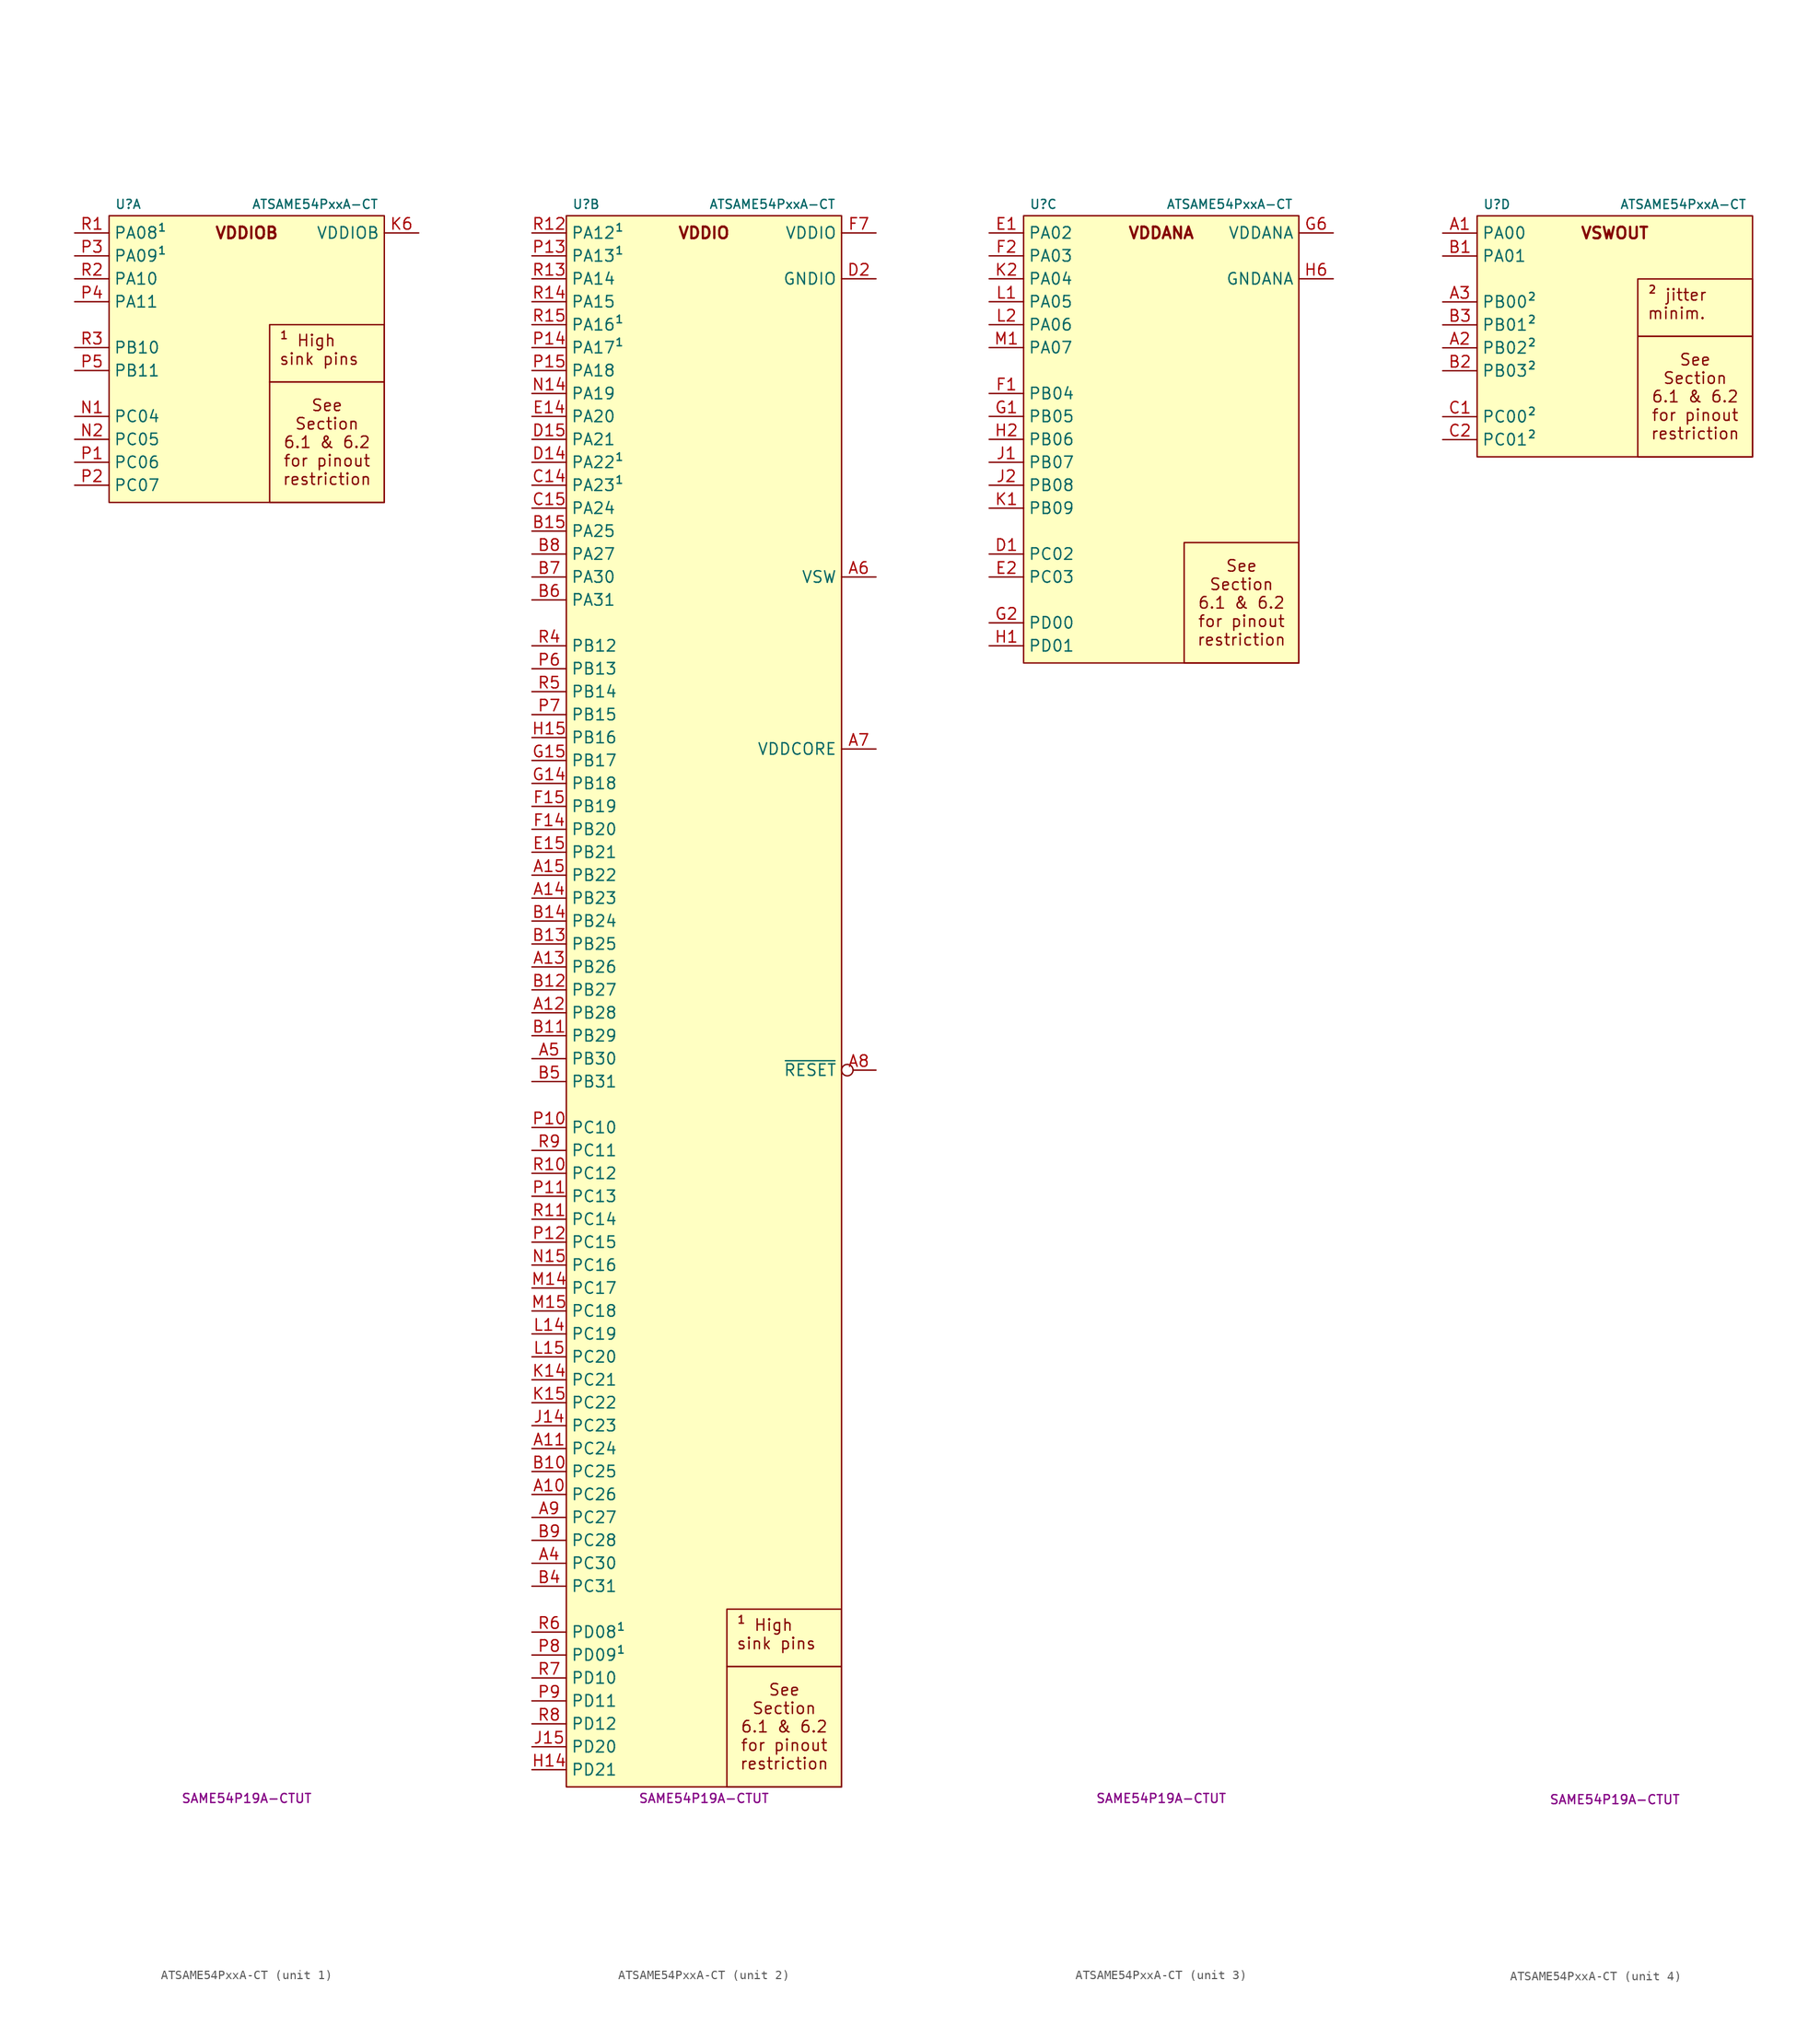
<source format=kicad_sym>
(kicad_symbol_lib
  (version 20231120)
  (generator "kicad_symbol_editor")
  (generator_version "8.0")
  (symbol "ATSAME54PxxA-CT"
    (property "Reference" "U"
      (at -14.605 60.325 0)
      (do_not_autoplace)
      (effects (font (size 1 1)) (justify left)))
    (property "Value" "ATSAME54PxxA-CT"
      (at 14.605 60.325 0)
      (do_not_autoplace)
      (effects (font (size 1 1)) (justify right)))
    (property "MPN" "SAME54P19A-CTUT"
      (at 0 -116.205 0)
      (do_not_autoplace)
      (effects (font (size 1 1))))
    (property "ki_locked" ""
      (at 0 0 0)
      (effects (font (size 1.27 1.27))))
    (symbol "ATSAME54PxxA-CT_1_1"
      (rectangle (start -15.24 59.055) (end 15.24 27.305) (stroke (width 0) (type default)) (fill (type background)))
      (text "VDDIOB" (at 0 57.15 0) (effects (font (size 1.27 1.27) (bold yes))))
      (text_box "See Section 6.1 & 6.2\nfor pinout restriction" (at 2.54 40.64 0) (size 12.7 -13.335) (stroke (width 0) (type default)) (fill (type none)) (effects (font (size 1.27 1.27))))
      (text_box "¹ High sink pins" (at 2.54 46.99 0) (size 12.7 -6.35) (stroke (width 0) (type default)) (fill (type none)) (effects (font (size 1.27 1.27)) (justify left top)))
      (pin power_in line (at 19.05 57.15 180) (length 3.81) (name "VDDIOB" (effects (font (size 1.27 1.27)))) (number "K6" (effects (font (size 1.27 1.27)))))
      (pin passive line (at 19.05 57.15 180) (length 3.81) hide (name "VDDIOB" (effects (font (size 1.27 1.27)))) (number "K7" (effects (font (size 1.27 1.27)))))
      (pin tri_state line (at -19.05 36.83 0) (length 3.81) (name "PC04" (effects (font (size 1.27 1.27)))) (number "N1" (effects (font (size 1.27 1.27)))) (alternate "A:EXTINT.4" input line) (alternate "C:SERCOM6.2.MISO" bidirectional line) (alternate "C:SERCOM6.2.MOSI" bidirectional line) (alternate "C:SERCOM6.2.PAD0" bidirectional line) (alternate "C:SERCOM6.2.RX" input line) (alternate "C:SERCOM6.2.TX" output line) (alternate "F:TCC0.2.WO0" output line))
      (pin tri_state line (at -19.05 34.29 0) (length 3.81) (name "PC05" (effects (font (size 1.27 1.27)))) (number "N2" (effects (font (size 1.27 1.27)))) (alternate "A:EXTINT.5" input line) (alternate "C:SERCOM6.2.MISO" input line) (alternate "C:SERCOM6.2.MOSI" input line) (alternate "C:SERCOM6.2.PAD1" bidirectional line) (alternate "C:SERCOM6.2.RX" input line) (alternate "C:SERCOM6.2.SCK" bidirectional clock) (alternate "C:SERCOM6.2.XCK" bidirectional clock))
      (pin tri_state line (at -19.05 31.75 0) (length 3.81) (name "PC06" (effects (font (size 1.27 1.27)))) (number "P1" (effects (font (size 1.27 1.27)))) (alternate "A:EXTINT.6" input line) (alternate "C:SERCOM6.2.MISO" input line) (alternate "C:SERCOM6.2.MOSI" input line) (alternate "C:SERCOM6.2.PAD2" bidirectional line) (alternate "C:SERCOM6.2.RX" input line) (alternate "C:SERCOM6.2.~{RTS}" output inverted) (alternate "C:SERCOM6.2.~{SS}" bidirectional inverted) (alternate "I:SDHC0.~{CD}" input inverted))
      (pin tri_state line (at -19.05 29.21 0) (length 3.81) (name "PC07" (effects (font (size 1.27 1.27)))) (number "P2" (effects (font (size 1.27 1.27)))) (alternate "A:EXTINT.9" input line) (alternate "C:SERCOM6.2.MISO" bidirectional line) (alternate "C:SERCOM6.2.MOSI" bidirectional line) (alternate "C:SERCOM6.2.PAD3" bidirectional line) (alternate "C:SERCOM6.2.RX" input line) (alternate "C:SERCOM6.2.~{CTS}" input inverted) (alternate "I:SDHC0.~{WP}" input inverted))
      (pin tri_state line (at -19.05 54.61 0) (length 3.81) (name "PA09¹" (effects (font (size 1.27 1.27)))) (number "P3" (effects (font (size 1.27 1.27)))) (alternate "A:EXTINT.9¹" input line) (alternate "B:ADC0.IN9¹" input line) (alternate "B:ADC1.IN3¹" input line) (alternate "B:PTC.X7¹" input line) (alternate "B:PTC.Y7¹" bidirectional line) (alternate "C:SERCOM0.1.MISO¹" input line) (alternate "C:SERCOM0.1.MOSI¹" input line) (alternate "C:SERCOM0.1.PAD1¹" bidirectional line) (alternate "C:SERCOM0.1.RX¹" input line) (alternate "C:SERCOM0.1.SCK¹" bidirectional clock) (alternate "C:SERCOM0.1.SCL¹" open_collector clock) (alternate "C:SERCOM0.1.XCK¹" bidirectional clock) (alternate "D:SERCOM2.3.MISO¹" bidirectional line) (alternate "D:SERCOM2.3.MOSI¹" bidirectional line) (alternate "D:SERCOM2.3.PAD0¹" bidirectional line) (alternate "D:SERCOM2.3.RX¹" input line) (alternate "D:SERCOM2.3.SDA¹" open_collector line) (alternate "D:SERCOM2.3.TX¹" output line) (alternate "E:TC0.1.WO1¹" output line) (alternate "F:TCC0.1.WO1¹" output line) (alternate "G:TCC1.3.WO5¹" output line) (alternate "H:QSPI.D1¹" bidirectional line) (alternate "H:QSPI.MISO¹" input line) (alternate "I:SDHC0.D0¹" bidirectional line) (alternate "J:I2S.1.FS0¹" bidirectional clock) (alternate "N:CCL.IN4¹" input line))
      (pin tri_state line (at -19.05 49.53 0) (length 3.81) (name "PA11" (effects (font (size 1.27 1.27)))) (number "P4" (effects (font (size 1.27 1.27)))) (alternate "A:EXTINT.11" input line) (alternate "B:ADC0.IN11" input line) (alternate "B:PTC.X9" input line) (alternate "B:PTC.Y9" bidirectional line) (alternate "C:SERCOM0.1.MISO" bidirectional line) (alternate "C:SERCOM0.1.MOSI" bidirectional line) (alternate "C:SERCOM0.1.PAD3" bidirectional line) (alternate "C:SERCOM0.1.RX" input line) (alternate "C:SERCOM0.1.~{CTS}" input inverted) (alternate "D:SERCOM2.3.MISO" bidirectional line) (alternate "D:SERCOM2.3.MOSI" bidirectional line) (alternate "D:SERCOM2.3.PAD3" bidirectional line) (alternate "D:SERCOM2.3.RX" input line) (alternate "D:SERCOM2.3.~{CTS}" input inverted) (alternate "E:TC1.2.WO1" output line) (alternate "F:TCC0.1.WO3" output line) (alternate "G:TCC1.2.WO7" output line) (alternate "H:QSPI.D3" bidirectional line) (alternate "I:SDHC0.D2" bidirectional line) (alternate "J:I2S.1.SDO" output line) (alternate "M:GCLK.IO5" bidirectional clock) (alternate "N:CCL.OUT1" output line))
      (pin tri_state line (at -19.05 41.91 0) (length 3.81) (name "PB11" (effects (font (size 1.27 1.27)))) (number "P5" (effects (font (size 1.27 1.27)))) (alternate "A:EXTINT.11" input line) (alternate "D:SERCOM4.2.MISO" bidirectional line) (alternate "D:SERCOM4.2.MOSI" bidirectional line) (alternate "D:SERCOM4.2.PAD3" bidirectional line) (alternate "D:SERCOM4.2.RX" input line) (alternate "D:SERCOM4.2.~{CTS}" input inverted) (alternate "E:TC5.1.WO1" output line) (alternate "F:TCC0.1.WO5" output line) (alternate "G:TCC1.4.WO1" output line) (alternate "H:QSPI.~{CS}" output inverted) (alternate "I:SDHC0.CK" output clock) (alternate "J:I2S.1.FS1" bidirectional clock) (alternate "M:GCLK.IO5" bidirectional clock) (alternate "N:CCL.OUT1" output line))
      (pin tri_state line (at -19.05 57.15 0) (length 3.81) (name "PA08¹" (effects (font (size 1.27 1.27)))) (number "R1" (effects (font (size 1.27 1.27)))) (alternate "A:NMI¹" input line) (alternate "B:ADC0.IN8¹" input line) (alternate "B:ADC1.IN2¹" input line) (alternate "B:PTC.X6¹" input line) (alternate "B:PTC.Y6¹" bidirectional line) (alternate "C:SERCOM0.1.MISO¹" bidirectional line) (alternate "C:SERCOM0.1.MOSI¹" bidirectional line) (alternate "C:SERCOM0.1.PAD0¹" bidirectional line) (alternate "C:SERCOM0.1.RX¹" input line) (alternate "C:SERCOM0.1.SDA¹" open_collector line) (alternate "C:SERCOM0.1.TX¹" output line) (alternate "D:SERCOM2.3.MISO¹" input line) (alternate "D:SERCOM2.3.MOSI¹" input line) (alternate "D:SERCOM2.3.PAD1¹" bidirectional line) (alternate "D:SERCOM2.3.RX¹" input line) (alternate "D:SERCOM2.3.SCK¹" bidirectional clock) (alternate "D:SERCOM2.3.SCL¹" open_collector clock) (alternate "D:SERCOM2.3.XCK¹" bidirectional clock) (alternate "E:TC0.1.WO0¹" output line) (alternate "F:TCC0.1.WO0¹" output line) (alternate "G:TCC1.3.WO4¹" output line) (alternate "H:QSPI.D0¹" bidirectional line) (alternate "H:QSPI.MOSI¹" output line) (alternate "I:SDHC0.CMD¹" bidirectional line) (alternate "J:I2S.1.MCK0¹" bidirectional clock) (alternate "N:CCL.IN3¹" input line))
      (pin tri_state line (at -19.05 52.07 0) (length 3.81) (name "PA10" (effects (font (size 1.27 1.27)))) (number "R2" (effects (font (size 1.27 1.27)))) (alternate "A:EXTINT.10" input line) (alternate "B:ADC0.IN10" input line) (alternate "B:PTC.X8" input line) (alternate "B:PTC.Y8" bidirectional line) (alternate "C:SERCOM0.1.MISO" input line) (alternate "C:SERCOM0.1.MOSI" input line) (alternate "C:SERCOM0.1.PAD2" bidirectional line) (alternate "C:SERCOM0.1.RX" input line) (alternate "C:SERCOM0.1.~{RTS}" output inverted) (alternate "C:SERCOM0.1.~{SS}" bidirectional inverted) (alternate "D:SERCOM2.3.MISO" input line) (alternate "D:SERCOM2.3.MOSI" input line) (alternate "D:SERCOM2.3.PAD2" bidirectional line) (alternate "D:SERCOM2.3.RX" input line) (alternate "D:SERCOM2.3.~{RTS}" output inverted) (alternate "D:SERCOM2.3.~{SS}" bidirectional inverted) (alternate "E:TC1.2.WO0" output line) (alternate "F:TCC0.1.WO2" output line) (alternate "G:TCC1.2.WO6" output line) (alternate "H:QSPI.D2" bidirectional line) (alternate "I:SDHC0.D1" bidirectional line) (alternate "J:I2S.1.SCK0" bidirectional clock) (alternate "M:GCLK.IN4" bidirectional clock) (alternate "N:CCL.IN5" input line))
      (pin tri_state line (at -19.05 44.45 0) (length 3.81) (name "PB10" (effects (font (size 1.27 1.27)))) (number "R3" (effects (font (size 1.27 1.27)))) (alternate "A:EXTINT.10" input line) (alternate "D:SERCOM4.2.MISO" input line) (alternate "D:SERCOM4.2.MOSI" input line) (alternate "D:SERCOM4.2.PAD2" bidirectional line) (alternate "D:SERCOM4.2.RX" input line) (alternate "D:SERCOM4.2.~{RTS}" output inverted) (alternate "D:SERCOM4.2.~{SS}" bidirectional inverted) (alternate "E:TC5.1.WO0" output line) (alternate "F:TCC0.1.WO4" output line) (alternate "F:TCC1.4.WO0" output line) (alternate "H:QSPI.SCK" output clock) (alternate "I:SDHC0.D3" bidirectional line) (alternate "J:I2S.1.SDI" input line) (alternate "M:GCLK.IO4" bidirectional clock) (alternate "N:CCL.IN11" input line)))
    (symbol "ATSAME54PxxA-CT_2_1"
      (rectangle (start -15.24 59.055) (end 15.24 -114.935) (stroke (width 0) (type default)) (fill (type background)))
      (text "VDDIO" (at 0 57.15 0) (effects (font (size 1.27 1.27) (bold yes))))
      (text_box "See Section 6.1 & 6.2\nfor pinout restriction" (at 2.54 -101.6 0) (size 12.7 -13.335) (stroke (width 0) (type default)) (fill (type none)) (effects (font (size 1.27 1.27))))
      (text_box "¹ High sink pins" (at 2.54 -95.25 0) (size 12.7 -6.35) (stroke (width 0) (type default)) (fill (type none)) (effects (font (size 1.27 1.27)) (justify left top)))
      (pin tri_state line (at -19.05 -82.55 0) (length 3.81) (name "PC26" (effects (font (size 1.27 1.27)))) (number "A10" (effects (font (size 1.27 1.27)))) (alternate "A:EXTINT.10" input line) (alternate "H:TRACE.D1" bidirectional line))
      (pin tri_state line (at -19.05 -77.47 0) (length 3.81) (name "PC24" (effects (font (size 1.27 1.27)))) (number "A11" (effects (font (size 1.27 1.27)))) (alternate "A:EXTINT.8" input line) (alternate "C:SERCOM0.2.MISO" input line) (alternate "C:SERCOM0.2.MOSI" input line) (alternate "C:SERCOM0.2.PAD2" bidirectional line) (alternate "C:SERCOM0.2.RX" input line) (alternate "C:SERCOM0.2.~{RTS}" output inverted) (alternate "C:SERCOM0.2.~{SS}" bidirectional inverted) (alternate "D:SERCOM2.4.MISO" input line) (alternate "D:SERCOM2.4.MOSI" input line) (alternate "D:SERCOM2.4.PAD2" bidirectional line) (alternate "D:SERCOM2.4.RX" input line) (alternate "D:SERCOM2.4.~{RTS}" output inverted) (alternate "D:SERCOM2.4.~{SS}" bidirectional inverted) (alternate "H:TRACE.D3" bidirectional line))
      (pin tri_state line (at -19.05 -29.21 0) (length 3.81) (name "PB28" (effects (font (size 1.27 1.27)))) (number "A12" (effects (font (size 1.27 1.27)))) (alternate "A:EXTINT.14" input line) (alternate "C:SERCOM2.2.MISO" input line) (alternate "C:SERCOM2.2.MOSI" input line) (alternate "C:SERCOM2.2.PAD2" bidirectional line) (alternate "C:SERCOM2.2.RX" input line) (alternate "C:SERCOM2.2.~{RTS}" output inverted) (alternate "C:SERCOM2.2.~{SS}" bidirectional inverted) (alternate "D:SERCOM4.4.MISO" input line) (alternate "D:SERCOM4.4.MOSI" input line) (alternate "D:SERCOM4.4.PAD2" bidirectional line) (alternate "D:SERCOM4.4.RX" input line) (alternate "D:SERCOM4.4.~{RTS}" output inverted) (alternate "D:SERCOM4.4.~{SS}" bidirectional inverted) (alternate "F:TCC1.2.WO4" output line) (alternate "J:I2S.2.SCK1" bidirectional clock))
      (pin tri_state line (at -19.05 -24.13 0) (length 3.81) (name "PB26" (effects (font (size 1.27 1.27)))) (number "A13" (effects (font (size 1.27 1.27)))) (alternate "A:EXTINT.12" input line) (alternate "C:SERCOM2.2.MISO" bidirectional line) (alternate "C:SERCOM2.2.MOSI" bidirectional line) (alternate "C:SERCOM2.2.PAD0" bidirectional line) (alternate "C:SERCOM2.2.RX" input line) (alternate "C:SERCOM2.2.TX" output line) (alternate "D:SERCOM4.4.MISO" input line) (alternate "D:SERCOM4.4.MOSI" input line) (alternate "D:SERCOM4.4.PAD1" bidirectional line) (alternate "D:SERCOM4.4.RX" input line) (alternate "D:SERCOM4.4.SCK" bidirectional clock) (alternate "D:SERCOM4.4.XCK" bidirectional clock) (alternate "F:TCC1.3.WO2" output line))
      (pin tri_state line (at -19.05 -16.51 0) (length 3.81) (name "PB23" (effects (font (size 1.27 1.27)))) (number "A14" (effects (font (size 1.27 1.27)))) (alternate "A:EXTINT.7" input line) (alternate "C:SERCOM1.3.MISO" bidirectional line) (alternate "C:SERCOM1.3.MOSI" bidirectional line) (alternate "C:SERCOM1.3.PAD3" bidirectional line) (alternate "C:SERCOM1.3.RX" input line) (alternate "C:SERCOM1.3.~{CTS}" input inverted) (alternate "D:SERCOM5.4.MISO" bidirectional line) (alternate "D:SERCOM5.4.MOSI" bidirectional line) (alternate "D:SERCOM5.4.PAD3" bidirectional line) (alternate "D:SERCOM5.4.RX" input line) (alternate "D:SERCOM5.4.~{CTS}" input inverted) (alternate "E:TC7.2.WO1" output line) (alternate "G:PDEC.4.0" input line) (alternate "M:GCLK.IO1" bidirectional clock) (alternate "N:CCL.OUT0" output line) (alternate "XOSC1.XOUT" output clock))
      (pin tri_state line (at -19.05 -13.97 0) (length 3.81) (name "PB22" (effects (font (size 1.27 1.27)))) (number "A15" (effects (font (size 1.27 1.27)))) (alternate "A:EXTINT.6" bidirectional line) (alternate "C:SERCOM1.3.MISO" input line) (alternate "C:SERCOM1.3.MOSI" input line) (alternate "C:SERCOM1.3.PAD2" bidirectional line) (alternate "C:SERCOM1.3.RX" input line) (alternate "C:SERCOM1.3.~{RTS}" output inverted) (alternate "C:SERCOM1.3.~{SS}" bidirectional inverted) (alternate "D:SERCOM5.4.MISO" input line) (alternate "D:SERCOM5.4.MOSI" input line) (alternate "D:SERCOM5.4.PAD2" bidirectional line) (alternate "D:SERCOM5.4.RX" input line) (alternate "D:SERCOM5.4.~{RTS}" output inverted) (alternate "D:SERCOM5.4.~{SS}" bidirectional inverted) (alternate "E:TC7.2.WO0" output line) (alternate "G:PDEC.3.2" input line) (alternate "H:USB.SOF" output clock) (alternate "M:GCLK.IO0" bidirectional clock) (alternate "N:CCL.IN0" input line) (alternate "XOSC1.XIN" input clock))
      (pin tri_state line (at -19.05 -90.17 0) (length 3.81) (name "PC30" (effects (font (size 1.27 1.27)))) (number "A4" (effects (font (size 1.27 1.27)))) (alternate "A:EXTINT.14" input line) (alternate "B:ADC.IN12" input line))
      (pin tri_state line (at -19.05 -34.29 0) (length 3.81) (name "PB30" (effects (font (size 1.27 1.27)))) (number "A5" (effects (font (size 1.27 1.27)))) (alternate "A:EXTINT.14" input line) (alternate "C:SERCOM7.5.MISO" bidirectional line) (alternate "C:SERCOM7.5.MOSI" bidirectional line) (alternate "C:SERCOM7.5.PAD0" bidirectional line) (alternate "C:SERCOM7.5.RX" input line) (alternate "C:SERCOM7.5.TX" output line) (alternate "D:SERCOM5.5.MISO" input line) (alternate "D:SERCOM5.5.MOSI" input line) (alternate "D:SERCOM5.5.PAD1" bidirectional line) (alternate "D:SERCOM5.5.RX" input line) (alternate "D:SERCOM5.5.SCK" bidirectional clock) (alternate "D:SERCOM5.5.XCK" bidirectional clock) (alternate "E:TC0.3.WO0" output line) (alternate "F:TCC4.2.WO0" output line) (alternate "G:TCC0.4.WO6" output line) (alternate "H:SWO" output line))
      (pin power_out line (at 19.05 19.05 180) (length 3.81) (name "VSW" (effects (font (size 1.27 1.27)))) (number "A6" (effects (font (size 1.27 1.27)))))
      (pin power_out line (at 19.05 0 180) (length 3.81) (name "VDDCORE" (effects (font (size 1.27 1.27)))) (number "A7" (effects (font (size 1.27 1.27)))))
      (pin input inverted (at 19.05 -35.56 180) (length 3.81) (name "~{RESET}" (effects (font (size 1.27 1.27)))) (number "A8" (effects (font (size 1.27 1.27)))))
      (pin tri_state line (at -19.05 -85.09 0) (length 3.81) (name "PC27" (effects (font (size 1.27 1.27)))) (number "A9" (effects (font (size 1.27 1.27)))) (alternate "A:EXTINT.11" input line) (alternate "C:SERCOM1.3.MISO" bidirectional line) (alternate "C:SERCOM1.3.MOSI" bidirectional line) (alternate "C:SERCOM1.3.PAD0" bidirectional line) (alternate "C:SERCOM1.3.RX" input line) (alternate "C:SERCOM1.3.TX" output line) (alternate "H:TRACE.CLK" input clock) (alternate "M:SWO" output line) (alternate "N:CCL.IN4" input line))
      (pin tri_state line (at -19.05 -80.01 0) (length 3.81) (name "PC25" (effects (font (size 1.27 1.27)))) (number "B10" (effects (font (size 1.27 1.27)))) (alternate "A:EXTINT.9" input line) (alternate "C:SERCOM0.2.MISO" bidirectional line) (alternate "C:SERCOM0.2.MOSI" bidirectional line) (alternate "C:SERCOM0.2.PAD3" bidirectional line) (alternate "C:SERCOM0.2.RX" input line) (alternate "C:SERCOM0.2.~{CTS}" input inverted) (alternate "D:SERCOM2.4.MISO" bidirectional line) (alternate "D:SERCOM2.4.MOSI" bidirectional line) (alternate "D:SERCOM2.4.PAD3" bidirectional line) (alternate "D:SERCOM2.4.RX" input line) (alternate "D:SERCOM2.4.~{CTS}" input inverted) (alternate "H:TRACE.D2" bidirectional line))
      (pin tri_state line (at -19.05 -31.75 0) (length 3.81) (name "PB29" (effects (font (size 1.27 1.27)))) (number "B11" (effects (font (size 1.27 1.27)))) (alternate "A:EXTINT.15" input line) (alternate "C:SERCOM2.2.MISO" bidirectional line) (alternate "C:SERCOM2.2.MOSI" bidirectional line) (alternate "C:SERCOM2.2.PAD3" bidirectional line) (alternate "C:SERCOM2.2.RX" input line) (alternate "C:SERCOM2.2.~{CTS}" input inverted) (alternate "D:SERCOM4.4.MISO" bidirectional line) (alternate "D:SERCOM4.4.MOSI" bidirectional line) (alternate "D:SERCOM4.4.PAD3" bidirectional line) (alternate "D:SERCOM4.4.RX" input line) (alternate "D:SERCOM4.4.~{CTS}" input inverted) (alternate "F:TCC1.2.WO5" output line) (alternate "J:I2S.2.MCK1" bidirectional clock))
      (pin tri_state line (at -19.05 -26.67 0) (length 3.81) (name "PB27" (effects (font (size 1.27 1.27)))) (number "B12" (effects (font (size 1.27 1.27)))) (alternate "A:EXTINT.13" input line) (alternate "C:SERCOM2.2.MISO" input line) (alternate "C:SERCOM2.2.MOSI" input line) (alternate "C:SERCOM2.2.PAD1" bidirectional line) (alternate "C:SERCOM2.2.RX" input line) (alternate "C:SERCOM2.2.SCK" bidirectional clock) (alternate "C:SERCOM2.2.XCK" bidirectional clock) (alternate "D:SERCOM4.4.MISO" bidirectional line) (alternate "D:SERCOM4.4.MOSI" bidirectional line) (alternate "D:SERCOM4.4.PAD0" bidirectional line) (alternate "D:SERCOM4.4.RX" input line) (alternate "D:SERCOM4.4.TX" output line) (alternate "F:TCC1.3.WO3" output line))
      (pin tri_state line (at -19.05 -21.59 0) (length 3.81) (name "PB25" (effects (font (size 1.27 1.27)))) (number "B13" (effects (font (size 1.27 1.27)))) (alternate "A:EXTINT.9" input line) (alternate "C:SERCOM0.2.MISO" input line) (alternate "C:SERCOM0.2.MOSI" input line) (alternate "C:SERCOM0.2.PAD1" bidirectional line) (alternate "C:SERCOM0.2.RX" input line) (alternate "C:SERCOM0.2.SCK" bidirectional clock) (alternate "C:SERCOM0.2.XCK" bidirectional clock) (alternate "D:SERCOM2.4.MISO" bidirectional line) (alternate "D:SERCOM2.4.MOSI" bidirectional line) (alternate "D:SERCOM2.4.PAD0" bidirectional line) (alternate "D:SERCOM2.4.RX" input line) (alternate "D:SERCOM2.4.TX" output line) (alternate "G:PDEC.4.2" input line) (alternate "M:AC.CMP1" output line))
      (pin tri_state line (at -19.05 -19.05 0) (length 3.81) (name "PB24" (effects (font (size 1.27 1.27)))) (number "B14" (effects (font (size 1.27 1.27)))) (alternate "A:EXTINT.8" input line) (alternate "C:SERCOM0.2.MISO" bidirectional line) (alternate "C:SERCOM0.2.MOSI" bidirectional line) (alternate "C:SERCOM0.2.PAD0" bidirectional line) (alternate "C:SERCOM0.2.RX" input line) (alternate "C:SERCOM0.2.TX" output line) (alternate "D:SERCOM2.4.MISO" input line) (alternate "D:SERCOM2.4.MOSI" input line) (alternate "D:SERCOM2.4.PAD1" bidirectional line) (alternate "D:SERCOM2.4.RX" input line) (alternate "D:SERCOM2.4.SCK" bidirectional clock) (alternate "D:SERCOM2.4.XCK" bidirectional clock) (alternate "G:PDEC.4.1" input line) (alternate "M:AC.CMP0" output line))
      (pin tri_state line (at -19.05 24.13 0) (length 3.81) (name "PA25" (effects (font (size 1.27 1.27)))) (number "B15" (effects (font (size 1.27 1.27)))) (alternate "A:EXTINT.9" input line) (alternate "C:SERCOM3.1.MISO" bidirectional line) (alternate "C:SERCOM3.1.MOSI" bidirectional line) (alternate "C:SERCOM3.1.PAD3" bidirectional line) (alternate "C:SERCOM3.1.RX" input line) (alternate "C:SERCOM3.1.~{CTS}" input inverted) (alternate "D:SERCOM5.3.MISO" bidirectional line) (alternate "D:SERCOM5.3.MOSI" bidirectional line) (alternate "D:SERCOM5.3.PAD3" bidirectional line) (alternate "D:SERCOM5.3.RX" input line) (alternate "D:SERCOM5.3.~{CTS}" input inverted) (alternate "E:TC5.3.WO1" input line) (alternate "G:PDEC.3.1" input line) (alternate "H:USB.D+" bidirectional line) (alternate "I:CAN0.RX" input line) (alternate "N:CCL.OUT2" output line))
      (pin tri_state line (at -19.05 -92.71 0) (length 3.81) (name "PC31" (effects (font (size 1.27 1.27)))) (number "B4" (effects (font (size 1.27 1.27)))) (alternate "A:EXTINT.15" input line) (alternate "B:ADC1.IN13" input line))
      (pin tri_state line (at -19.05 -36.83 0) (length 3.81) (name "PB31" (effects (font (size 1.27 1.27)))) (number "B5" (effects (font (size 1.27 1.27)))) (alternate "A:EXTINT.15" input line) (alternate "C:SERCOM7.5.MISO" input line) (alternate "C:SERCOM7.5.MOSI" input line) (alternate "C:SERCOM7.5.PAD1" bidirectional line) (alternate "C:SERCOM7.5.RX" input line) (alternate "C:SERCOM7.5.SCK" bidirectional clock) (alternate "C:SERCOM7.5.XCK" bidirectional clock) (alternate "D:SERCOM5.5.MISO" bidirectional line) (alternate "D:SERCOM5.5.MOSI" bidirectional line) (alternate "D:SERCOM5.5.PAD0" bidirectional line) (alternate "D:SERCOM5.5.RX" input line) (alternate "D:SERCOM5.5.TX" output line) (alternate "E:TC0.3.WO1" output line) (alternate "F:TCC4.2.WO1" output line) (alternate "G:TCC0.4.WO7" output line))
      (pin tri_state line (at -19.05 16.51 0) (length 3.81) (name "PA31" (effects (font (size 1.27 1.27)))) (number "B6" (effects (font (size 1.27 1.27)))) (alternate "A:EXTINT.15" input line) (alternate "C:SERCOM7.5.MISO" bidirectional line) (alternate "C:SERCOM7.5.MOSI" bidirectional line) (alternate "C:SERCOM7.5.PAD3" bidirectional line) (alternate "C:SERCOM7.5.RX" input line) (alternate "C:SERCOM7.5.~{CTS}" input inverted) (alternate "D:SERCOM1.4.MISO" bidirectional line) (alternate "D:SERCOM1.4.MOSI" bidirectional line) (alternate "D:SERCOM1.4.PAD3" bidirectional line) (alternate "D:SERCOM1.4.RX" input line) (alternate "D:SERCOM1.4.~{CTS}" input inverted) (alternate "E:TC6.3.WO1" output line) (alternate "F:TCC2.2.WO1" output line) (alternate "H:SWDIO" bidirectional line) (alternate "N:CCL.OUT1" output line))
      (pin tri_state line (at -19.05 19.05 0) (length 3.81) (name "PA30" (effects (font (size 1.27 1.27)))) (number "B7" (effects (font (size 1.27 1.27)))) (alternate "A:EXTINT.14" input line) (alternate "C:SERCOM7.5.MISO" input line) (alternate "C:SERCOM7.5.MOSI" input line) (alternate "C:SERCOM7.5.PAD2" bidirectional line) (alternate "C:SERCOM7.5.RX" input line) (alternate "C:SERCOM7.5.~{RTS}" output inverted) (alternate "C:SERCOM7.5.~{SS}" bidirectional inverted) (alternate "D:SERCOM1.4.MISO" input line) (alternate "D:SERCOM1.4.MOSI" input line) (alternate "D:SERCOM1.4.PAD2" bidirectional line) (alternate "D:SERCOM1.4.RX" input line) (alternate "D:SERCOM1.4.~{RTS}" output inverted) (alternate "D:SERCOM1.4.~{SS}" bidirectional inverted) (alternate "E:TC6.2.WO0" output line) (alternate "F:TCC2.2.WO0" output line) (alternate "H:SWCLK" input clock) (alternate "M:GCLK.IO0" bidirectional clock) (alternate "N:CCL.IN3" input line))
      (pin tri_state line (at -19.05 21.59 0) (length 3.81) (name "PA27" (effects (font (size 1.27 1.27)))) (number "B8" (effects (font (size 1.27 1.27)))) (alternate "A:EXTINT.11" input line) (alternate "B:PTC.X18" input line) (alternate "B:PTC.Y18" bidirectional line) (alternate "M:GCLK.IO1" bidirectional clock))
      (pin tri_state line (at -19.05 -87.63 0) (length 3.81) (name "PC28" (effects (font (size 1.27 1.27)))) (number "B9" (effects (font (size 1.27 1.27)))) (alternate "A:EXTINT.12" input line) (alternate "C:SERCOM1.3.MISO" input line) (alternate "C:SERCOM1.3.MOSI" input line) (alternate "C:SERCOM1.3.PAD1" bidirectional line) (alternate "C:SERCOM1.3.RX" input line) (alternate "C:SERCOM1.3.SCK" bidirectional clock) (alternate "C:SERCOM1.3.XCK" bidirectional clock) (alternate "H:TRACE.D0" bidirectional line) (alternate "N:CCL.IN5" input line))
      (pin tri_state line (at -19.05 29.21 0) (length 3.81) (name "PA23¹" (effects (font (size 1.27 1.27)))) (number "C14" (effects (font (size 1.27 1.27)))) (alternate "A:EXTINT.7¹" input line) (alternate "B.PTC.Y17¹" bidirectional line) (alternate "B:PTC.X17¹" input line) (alternate "C:SERCOM3.1.MISO¹" input line) (alternate "C:SERCOM3.1.MOSI¹" input line) (alternate "C:SERCOM3.1.PAD1¹" bidirectional line) (alternate "C:SERCOM3.1.RX¹" input line) (alternate "C:SERCOM3.1.SCK¹" bidirectional clock) (alternate "C:SERCOM3.1.SCL¹" open_collector clock) (alternate "C:SERCOM3.1.XCK¹" bidirectional clock) (alternate "D:SERCOM5.2.MISO¹" bidirectional line) (alternate "D:SERCOM5.2.MOSI¹" bidirectional line) (alternate "D:SERCOM5.2.PAD0¹" bidirectional line) (alternate "D:SERCOM5.2.RX¹" input line) (alternate "D:SERCOM5.2.SDA¹" open_collector line) (alternate "D:SERCOM5.2.TX¹" output line) (alternate "D:SERCOM5.3.MISO¹" bidirectional line) (alternate "D:SERCOM5.3.MOSI¹" bidirectional line) (alternate "D:SERCOM5.3.PAD0¹" bidirectional line) (alternate "D:SERCOM5.3.RX¹" input line) (alternate "D:SERCOM5.3.SDA¹" open_collector line) (alternate "D:SERCOM5.3.TX¹" output line) (alternate "D:SERCOM5.4.MISO¹" bidirectional line) (alternate "D:SERCOM5.4.MOSI¹" bidirectional line) (alternate "D:SERCOM5.4.PAD0¹" bidirectional line) (alternate "D:SERCOM5.4.RX¹" input line) (alternate "D:SERCOM5.4.SDA¹" open_collector line) (alternate "D:SERCOM5.4.TX¹" output line) (alternate "E:TC4.3.WO1¹" output line) (alternate "F:TCC1.1.WO7¹" output line) (alternate "G:TCC0.6.WO3¹" output line) (alternate "H:USB.SOF¹" output clock) (alternate "I:CAN0.RX¹" input line) (alternate "J:I2S.2.FS1¹" bidirectional clock) (alternate "K:PCC.D7¹" input line) (alternate "N:CCL.IN7¹" input line))
      (pin tri_state line (at -19.05 26.67 0) (length 3.81) (name "PA24" (effects (font (size 1.27 1.27)))) (number "C15" (effects (font (size 1.27 1.27)))) (alternate "A:EXTINT.8" input line) (alternate "C:SERCOM3.1.MISO" input line) (alternate "C:SERCOM3.1.MOSI" input line) (alternate "C:SERCOM3.1.PAD2" bidirectional line) (alternate "C:SERCOM3.1.RX" input line) (alternate "C:SERCOM3.1.~{RTS}" output inverted) (alternate "C:SERCOM3.1.~{SS}" bidirectional inverted) (alternate "D:SERCOM5.3.MISO" input line) (alternate "D:SERCOM5.3.MOSI" input line) (alternate "D:SERCOM5.3.PAD2" bidirectional line) (alternate "D:SERCOM5.3.RX" input line) (alternate "D:SERCOM5.3.~{RTS}" output inverted) (alternate "D:SERCOM5.3.~{SS}" bidirectional inverted) (alternate "E:TC5.3.WO0" output line) (alternate "F:TCC2.1.WO2" output line) (alternate "G:PDEC.3.0" input line) (alternate "H:USB.D-" bidirectional inverted) (alternate "I:CAN0.TX" output line) (alternate "N:CCL.IN8" input line))
      (pin tri_state line (at -19.05 31.75 0) (length 3.81) (name "PA22¹" (effects (font (size 1.27 1.27)))) (number "D14" (effects (font (size 1.27 1.27)))) (alternate "A:EXTINT.6¹" input line) (alternate "B:PTC.X16¹" input line) (alternate "B:PTC.Y16¹" bidirectional line) (alternate "C:SERCOM3.1.MISO¹" bidirectional line) (alternate "C:SERCOM3.1.MOSI¹" bidirectional line) (alternate "C:SERCOM3.1.PAD0¹" bidirectional line) (alternate "C:SERCOM3.1.RX¹" input line) (alternate "C:SERCOM3.1.SDA¹" open_collector line) (alternate "C:SERCOM3.1.TX¹" output line) (alternate "D:SERCOM5.2.MISO¹" input line) (alternate "D:SERCOM5.2.MOSI¹" input line) (alternate "D:SERCOM5.2.PAD1¹" bidirectional line) (alternate "D:SERCOM5.2.RX¹" input line) (alternate "D:SERCOM5.2.SCK¹" bidirectional clock) (alternate "D:SERCOM5.2.SCL¹" open_collector clock) (alternate "D:SERCOM5.2.XCK¹" bidirectional clock) (alternate "D:SERCOM5.3.MISO¹" input line) (alternate "D:SERCOM5.3.MOSI¹" input line) (alternate "D:SERCOM5.3.PAD1¹" bidirectional line) (alternate "D:SERCOM5.3.RX¹" input line) (alternate "D:SERCOM5.3.SCK¹" bidirectional clock) (alternate "D:SERCOM5.3.SCL¹" open_collector clock) (alternate "D:SERCOM5.3.XCK¹" bidirectional clock) (alternate "D:SERCOM5.4.MISO¹" input line) (alternate "D:SERCOM5.4.MOSI¹" input line) (alternate "D:SERCOM5.4.PAD1¹" bidirectional line) (alternate "D:SERCOM5.4.RX¹" input line) (alternate "D:SERCOM5.4.SCK¹" bidirectional clock) (alternate "D:SERCOM5.4.SCL¹" open_collector clock) (alternate "D:SERCOM5.4.XCK¹" bidirectional clock) (alternate "E:TC4.3.WO0¹" output line) (alternate "F:TCC1.1.WO6¹" output line) (alternate "G:TCC0.6.WO2¹" output line) (alternate "I:CAN0.TX¹" output line) (alternate "J:I2S.2.SDI¹" input line) (alternate "K:PCC.D6¹" input line) (alternate "N:CCL.IN6¹" input line))
      (pin tri_state line (at -19.05 34.29 0) (length 3.81) (name "PA21" (effects (font (size 1.27 1.27)))) (number "D15" (effects (font (size 1.27 1.27)))) (alternate "A:EXTINT.5" input line) (alternate "B:PTC.X15" input line) (alternate "B:PTC.Y15" bidirectional line) (alternate "C:SERCOM5.2.MISO" bidirectional line) (alternate "C:SERCOM5.2.MOSI" bidirectional line) (alternate "C:SERCOM5.2.PAD3" bidirectional line) (alternate "C:SERCOM5.2.RX" input line) (alternate "C:SERCOM5.2.~{CTS}" input inverted) (alternate "D:SERCOM3.2.MISO" bidirectional line) (alternate "D:SERCOM3.2.MOSI" bidirectional line) (alternate "D:SERCOM3.2.PAD3" bidirectional line) (alternate "D:SERCOM3.2.RX" input line) (alternate "D:SERCOM3.2.~{CTS}" input inverted) (alternate "E:TC7.1.WO1" output line) (alternate "F:TCC1.1.WO5" output line) (alternate "G:TCC0.6.WO1" output line) (alternate "I:SDHC1.CK" output clock) (alternate "J:I2S.2.SDO" output line) (alternate "K:PCC.D5" input line) (alternate "L:GMAC.4.MDIO" bidirectional line))
      (pin power_in line (at 19.05 52.07 180) (length 3.81) (name "GNDIO" (effects (font (size 1.27 1.27)))) (number "D2" (effects (font (size 1.27 1.27)))))
      (pin tri_state line (at -19.05 36.83 0) (length 3.81) (name "PA20" (effects (font (size 1.27 1.27)))) (number "E14" (effects (font (size 1.27 1.27)))) (alternate "A:EXTINT.4" input line) (alternate "B:PTC.X14" input line) (alternate "B:PTC.Y14" bidirectional line) (alternate "C:SERCOM5.2.MISO" input line) (alternate "C:SERCOM5.2.MOSI" input line) (alternate "C:SERCOM5.2.PAD2" bidirectional line) (alternate "C:SERCOM5.2.RX" input line) (alternate "C:SERCOM5.2.~{RTS}" output inverted) (alternate "C:SERCOM5.2.~{SS}" bidirectional inverted) (alternate "D:SERCOM3.2.MISO" input line) (alternate "D:SERCOM3.2.MOSI" input line) (alternate "D:SERCOM3.2.PAD2" bidirectional line) (alternate "D:SERCOM3.2.RX" input line) (alternate "D:SERCOM3.2.~{RTS}" output inverted) (alternate "D:SERCOM3.2.~{SS}" bidirectional inverted) (alternate "E:TC7.1.WO0" output line) (alternate "F:TCC1.1.WO4" output line) (alternate "G:TCC0.6.WO0" output line) (alternate "I:SDHC1.CMD" bidirectional line) (alternate "J:I2S.2.FS0" bidirectional clock) (alternate "K:PCC.D4" input line) (alternate "L:GMAC.4.MDC" output clock))
      (pin tri_state line (at -19.05 -11.43 0) (length 3.81) (name "PB21" (effects (font (size 1.27 1.27)))) (number "E15" (effects (font (size 1.27 1.27)))) (alternate "A:EXTINT.5" input line) (alternate "C:SERCOM3.2.MISO" input line) (alternate "C:SERCOM3.2.MOSI" input line) (alternate "C:SERCOM3.2.PAD1" bidirectional line) (alternate "C:SERCOM3.2.RX" input line) (alternate "C:SERCOM3.2.SCK" bidirectional clock) (alternate "C:SERCOM3.2.XCK" bidirectional clock) (alternate "D:SERCOM7.4.MISO" bidirectional line) (alternate "D:SERCOM7.4.MOSI" bidirectional line) (alternate "D:SERCOM7.4.PAD0" bidirectional line) (alternate "D:SERCOM7.4.RX" input line) (alternate "D:SERCOM7.4.TX" output line) (alternate "F:TCC1.2.WO3" output line) (alternate "I:SDHC1.D3" bidirectional line) (alternate "M:GCLK.IO7" bidirectional clock))
      (pin passive line (at 19.05 57.15 180) (length 3.81) hide (name "VDDIO" (effects (font (size 1.27 1.27)))) (number "F10" (effects (font (size 1.27 1.27)))))
      (pin tri_state line (at -19.05 -8.89 0) (length 3.81) (name "PB20" (effects (font (size 1.27 1.27)))) (number "F14" (effects (font (size 1.27 1.27)))) (alternate "A:EXTINT.4" input line) (alternate "C:SERCOM3.2.MISO" bidirectional line) (alternate "C:SERCOM3.2.MOSI" bidirectional line) (alternate "C:SERCOM3.2.PAD0" bidirectional line) (alternate "C:SERCOM3.2.RX" input line) (alternate "C:SERCOM3.2.TX" output line) (alternate "D:SERCOM7.4.MISO" input line) (alternate "D:SERCOM7.4.MOSI" input line) (alternate "D:SERCOM7.4.PAD1" bidirectional line) (alternate "D:SERCOM7.4.RX" input line) (alternate "D:SERCOM7.4.SCK" bidirectional clock) (alternate "D:SERCOM7.4.XCK" bidirectional clock) (alternate "F:TCC1.2.WO2" output line) (alternate "G:PDEC.2.2" input line) (alternate "I:SDHC1.D2" bidirectional line) (alternate "M:GCLK.IO6" bidirectional clock))
      (pin tri_state line (at -19.05 -6.35 0) (length 3.81) (name "PB19" (effects (font (size 1.27 1.27)))) (number "F15" (effects (font (size 1.27 1.27)))) (alternate "A:EXTINT.3" input line) (alternate "C:SERCOM5.1.MISO" bidirectional line) (alternate "C:SERCOM5.1.MOSI" bidirectional line) (alternate "C:SERCOM5.1.PAD3" bidirectional line) (alternate "C:SERCOM5.1.RX" input line) (alternate "C:SERCOM5.1.~{CTS}" input inverted) (alternate "D:SERCOM7.4.MISO" bidirectional line) (alternate "D:SERCOM7.4.MOSI" bidirectional line) (alternate "D:SERCOM7.4.PAD3" bidirectional line) (alternate "D:SERCOM7.4.RX" input line) (alternate "D:SERCOM7.4.~{CTS}" input inverted) (alternate "F:TCC1.3.WO1" output line) (alternate "G:PDEC.2.1" input line) (alternate "I:SDHC1.D1" bidirectional line) (alternate "M:GCLK.IO5" bidirectional clock))
      (pin passive line (at 19.05 52.07 180) (length 3.81) hide (name "GNDIO" (effects (font (size 1.27 1.27)))) (number "F6" (effects (font (size 1.27 1.27)))))
      (pin power_in line (at 19.05 57.15 180) (length 3.81) (name "VDDIO" (effects (font (size 1.27 1.27)))) (number "F7" (effects (font (size 1.27 1.27)))))
      (pin passive line (at 19.05 57.15 180) (length 3.81) hide (name "VDDIO" (effects (font (size 1.27 1.27)))) (number "F8" (effects (font (size 1.27 1.27)))))
      (pin passive line (at 19.05 52.07 180) (length 3.81) hide (name "GNDIO" (effects (font (size 1.27 1.27)))) (number "F9" (effects (font (size 1.27 1.27)))))
      (pin passive line (at 19.05 52.07 180) (length 3.81) hide (name "GNDIO" (effects (font (size 1.27 1.27)))) (number "G10" (effects (font (size 1.27 1.27)))))
      (pin tri_state line (at -19.05 -3.81 0) (length 3.81) (name "PB18" (effects (font (size 1.27 1.27)))) (number "G14" (effects (font (size 1.27 1.27)))) (alternate "A:EXTINT.2" input line) (alternate "C:SERCOM5.1.MISO" input line) (alternate "C:SERCOM5.1.MOSI" input line) (alternate "C:SERCOM5.1.PAD2" bidirectional line) (alternate "C:SERCOM5.1.RX" input line) (alternate "C:SERCOM5.1.~{RTS}" output inverted) (alternate "C:SERCOM5.1.~{SS}" bidirectional inverted) (alternate "D:SERCOM7.4.MISO" input line) (alternate "D:SERCOM7.4.MOSI" input line) (alternate "D:SERCOM7.4.PAD2" bidirectional line) (alternate "D:SERCOM7.4.RX" input line) (alternate "D:SERCOM7.4.~{RTS}" output inverted) (alternate "D:SERCOM7.4.~{SS}" bidirectional inverted) (alternate "F:TCC1.3.WO0" output line) (alternate "G:PDEC.2.0" input line) (alternate "I:SDHC1.D0" bidirectional line) (alternate "M:GCLK.IO5" bidirectional clock))
      (pin tri_state line (at -19.05 -1.27 0) (length 3.81) (name "PB17" (effects (font (size 1.27 1.27)))) (number "G15" (effects (font (size 1.27 1.27)))) (alternate "A:EXTINT.1" input line) (alternate "C:SERCOM5.1.MISO" input line) (alternate "C:SERCOM5.1.MOSI" input line) (alternate "C:SERCOM5.1.PAD1" bidirectional line) (alternate "C:SERCOM5.1.RX" input line) (alternate "C:SERCOM5.1.SCK" bidirectional clock) (alternate "C:SERCOM5.1.XCK" bidirectional clock) (alternate "E:TC6.2.WO1" output line) (alternate "F:TCC3.2.WO1" output line) (alternate "G:TCC0.6.WO5" output line) (alternate "I:SDHC1.~{WP}" input inverted) (alternate "J:I2S.2.MCK0" bidirectional clock) (alternate "M:GCLK.IO3" bidirectional clock) (alternate "N:CCL.OUT3" output line))
      (pin passive line (at 19.05 57.15 180) (length 3.81) hide (name "VDDIO" (effects (font (size 1.27 1.27)))) (number "H10" (effects (font (size 1.27 1.27)))))
      (pin tri_state line (at -19.05 -113.03 0) (length 3.81) (name "PD21" (effects (font (size 1.27 1.27)))) (number "H14" (effects (font (size 1.27 1.27)))) (alternate "A:EXTINT.11" input line) (alternate "C:SERCOM1.2.MISO" bidirectional line) (alternate "C:SERCOM1.2.MOSI" bidirectional line) (alternate "C:SERCOM1.2.PAD3" bidirectional line) (alternate "C:SERCOM1.2.RX" input line) (alternate "C:SERCOM1.2.~{CTS}" input inverted) (alternate "D:SERCOM3.4.MISO" bidirectional line) (alternate "D:SERCOM3.4.MOSI" bidirectional line) (alternate "D:SERCOM3.4.PAD3" bidirectional line) (alternate "D:SERCOM3.4.RX" input line) (alternate "D:SERCOM3.4.~{CTS}" input inverted) (alternate "F:TCC1.2.WO1" output line) (alternate "I:SDHC1.~{WP}" input inverted))
      (pin tri_state line (at -19.05 1.27 0) (length 3.81) (name "PB16" (effects (font (size 1.27 1.27)))) (number "H15" (effects (font (size 1.27 1.27)))) (alternate "A:EXTINT.0" input line) (alternate "C:SERCOM5.1.MISO" bidirectional line) (alternate "C:SERCOM5.1.MOSI" bidirectional line) (alternate "C:SERCOM5.1.PAD0" bidirectional line) (alternate "C:SERCOM5.1.RX" input line) (alternate "C:SERCOM5.1.TX" output line) (alternate "E:TC6.1.WO0" output line) (alternate "F:TCC3.2.WO0" output line) (alternate "G:TCC0.6.WO4" output line) (alternate "I:SDHC1.~{CD}" input inverted) (alternate "J:I2S.2.SCK0" bidirectional clock) (alternate "M:GCLK.IO2" bidirectional clock) (alternate "N:CCL.IN11" input line))
      (pin passive line (at 19.05 52.07 180) (length 3.81) hide (name "GNDIO" (effects (font (size 1.27 1.27)))) (number "J10" (effects (font (size 1.27 1.27)))))
      (pin tri_state line (at -19.05 -74.93 0) (length 3.81) (name "PC23" (effects (font (size 1.27 1.27)))) (number "J14" (effects (font (size 1.27 1.27)))) (alternate "A:EXTINT.7" input line) (alternate "C:SERCOM1.2.MISO" input line) (alternate "C:SERCOM1.2.MOSI" input line) (alternate "C:SERCOM1.2.PAD1" bidirectional line) (alternate "C:SERCOM1.2.RX" input line) (alternate "C:SERCOM1.2.SCK" bidirectional clock) (alternate "C:SERCOM1.2.XCK" bidirectional clock) (alternate "D:SERCOM3.4.MISO" bidirectional line) (alternate "D:SERCOM3.4.MOSI" bidirectional line) (alternate "D:SERCOM3.4.PAD0" bidirectional line) (alternate "D:SERCOM3.4.RX" input line) (alternate "D:SERCOM3.4.TX" output line) (alternate "F:TCC0.2.WO7" output line) (alternate "L:GMAC.3.MDIO" bidirectional line))
      (pin tri_state line (at -19.05 -110.49 0) (length 3.81) (name "PD20" (effects (font (size 1.27 1.27)))) (number "J15" (effects (font (size 1.27 1.27)))) (alternate "A:EXTINT.10" input line) (alternate "C:SERCOM1.2.MISO" input line) (alternate "C:SERCOM1.2.MOSI" input line) (alternate "C:SERCOM1.2.PAD2" bidirectional line) (alternate "C:SERCOM1.2.RX" input line) (alternate "C:SERCOM1.2.~{RTS}" output inverted) (alternate "C:SERCOM1.2.~{SS}" bidirectional inverted) (alternate "D:SERCOM3.4.MISO" input line) (alternate "D:SERCOM3.4.MOSI" input line) (alternate "D:SERCOM3.4.PAD2" bidirectional line) (alternate "D:SERCOM3.4.RX" input line) (alternate "D:SERCOM3.4.~{RTS}" output inverted) (alternate "D:SERCOM3.4.~{SS}" bidirectional inverted) (alternate "F:TCC1.2.WO0" output line) (alternate "I:SDHC1.~{CD}" input inverted))
      (pin passive line (at 19.05 52.07 180) (length 3.81) hide (name "GNDIO" (effects (font (size 1.27 1.27)))) (number "J6" (effects (font (size 1.27 1.27)))))
      (pin passive line (at 19.05 57.15 180) (length 3.81) hide (name "VDDIO" (effects (font (size 1.27 1.27)))) (number "K10" (effects (font (size 1.27 1.27)))))
      (pin tri_state line (at -19.05 -69.85 0) (length 3.81) (name "PC21" (effects (font (size 1.27 1.27)))) (number "K14" (effects (font (size 1.27 1.27)))) (alternate "A:EXTINT.5" input line) (alternate "F:TCC0.4.WO5" output line) (alternate "I:SDHC1.~{WP}" input inverted) (alternate "L:GMAC.COL" input line) (alternate "N:CCL.IN10" input line))
      (pin tri_state line (at -19.05 -72.39 0) (length 3.81) (name "PC22" (effects (font (size 1.27 1.27)))) (number "K15" (effects (font (size 1.27 1.27)))) (alternate "A:EXTINT.6" input line) (alternate "C:SERCOM1.2.MISO" bidirectional line) (alternate "C:SERCOM1.2.MOSI" bidirectional line) (alternate "C:SERCOM1.2.PAD0" bidirectional line) (alternate "C:SERCOM1.2.RX" input line) (alternate "C:SERCOM1.2.TX" output line) (alternate "D:SERCOM3.4.MISO" input line) (alternate "D:SERCOM3.4.MOSI" input line) (alternate "D:SERCOM3.4.PAD1" bidirectional line) (alternate "D:SERCOM3.4.RX" input line) (alternate "D:SERCOM3.4.SCK" bidirectional clock) (alternate "D:SERCOM3.4.XCK" bidirectional clock) (alternate "F:TCC0.2.WO6" output line) (alternate "L:GMAC.3.MDC" output clock))
      (pin passive line (at 19.05 52.07 180) (length 3.81) hide (name "GNDIO" (effects (font (size 1.27 1.27)))) (number "K8" (effects (font (size 1.27 1.27)))))
      (pin passive line (at 19.05 52.07 180) (length 3.81) hide (name "GNDIO" (effects (font (size 1.27 1.27)))) (number "K9" (effects (font (size 1.27 1.27)))))
      (pin tri_state line (at -19.05 -64.77 0) (length 3.81) (name "PC19" (effects (font (size 1.27 1.27)))) (number "L14" (effects (font (size 1.27 1.27)))) (alternate "A:EXTINT.3" input line) (alternate "C:SERCOM6.1.MISO" bidirectional line) (alternate "C:SERCOM6.1.MOSI" bidirectional line) (alternate "C:SERCOM6.1.PAD3" bidirectional line) (alternate "C:SERCOM6.1.RX" input line) (alternate "C:SERCOM6.1.~{CTS}" input inverted) (alternate "D:SERCOM0.4.MISO" bidirectional line) (alternate "D:SERCOM0.4.MOSI" bidirectional line) (alternate "D:SERCOM0.4.PAD3" bidirectional line) (alternate "D:SERCOM0.4.RX" input line) (alternate "D:SERCOM0.4.~{CTS}" input inverted) (alternate "F:TCC0.4.WO3" output line) (alternate "L:GMAC.TXER" output line))
      (pin tri_state line (at -19.05 -67.31 0) (length 3.81) (name "PC20" (effects (font (size 1.27 1.27)))) (number "L15" (effects (font (size 1.27 1.27)))) (alternate "A:EXTINT.4" input line) (alternate "F:TCC0.4.WO4" output line) (alternate "I:SDHC1.~{CD}" input inverted) (alternate "L:GMAC.CRSDV" input line) (alternate "L:GMAC.RXDV" input line) (alternate "N:CCL.IN9" input line))
      (pin tri_state line (at -19.05 -59.69 0) (length 3.81) (name "PC17" (effects (font (size 1.27 1.27)))) (number "M14" (effects (font (size 1.27 1.27)))) (alternate "A:EXTINT.1" input line) (alternate "C:SERCOM6.1.MISO" input line) (alternate "C:SERCOM6.1.MOSI" input line) (alternate "C:SERCOM6.1.PAD1" bidirectional line) (alternate "C:SERCOM6.1.RX" input line) (alternate "C:SERCOM6.1.SCK" bidirectional clock) (alternate "C:SERCOM6.1.XCK" bidirectional clock) (alternate "D:SERCOM0.4.MISO" bidirectional line) (alternate "D:SERCOM0.4.MOSI" bidirectional line) (alternate "D:SERCOM0.4.PAD0" bidirectional line) (alternate "D:SERCOM0.4.RX" input line) (alternate "D:SERCOM0.4.TX" output line) (alternate "F:TCC0.4.WO1" output line) (alternate "G:PDEC.1.1" input line) (alternate "L:GMAC.TX3" output line))
      (pin tri_state line (at -19.05 -62.23 0) (length 3.81) (name "PC18" (effects (font (size 1.27 1.27)))) (number "M15" (effects (font (size 1.27 1.27)))) (alternate "A:EXTINT.2" input line) (alternate "C:SERCOM6.1.MISO" input line) (alternate "C:SERCOM6.1.MOSI" input line) (alternate "C:SERCOM6.1.PAD2" bidirectional line) (alternate "C:SERCOM6.1.RX" input line) (alternate "C:SERCOM6.1.~{RTS}" output inverted) (alternate "C:SERCOM6.1.~{SS}" bidirectional inverted) (alternate "D:SERCOM0.4.MISO" input line) (alternate "D:SERCOM0.4.MOSI" input line) (alternate "D:SERCOM0.4.PAD2" bidirectional line) (alternate "D:SERCOM0.4.RX" input line) (alternate "D:SERCOM0.4.~{RTS}" output inverted) (alternate "D:SERCOM0.4.~{SS}" bidirectional inverted) (alternate "F:TCC0.4.WO2" output line) (alternate "G:PDEC.1.2" input line) (alternate "L:GMAC.RXCK" input clock))
      (pin tri_state line (at -19.05 39.37 0) (length 3.81) (name "PA19" (effects (font (size 1.27 1.27)))) (number "N14" (effects (font (size 1.27 1.27)))) (alternate "A:EXTINT.3" input line) (alternate "B:PTC.X13" input line) (alternate "B:PTC.Y13" bidirectional line) (alternate "C:SERCOM1.1.MISO" bidirectional line) (alternate "C:SERCOM1.1.MOSI" bidirectional line) (alternate "C:SERCOM1.1.PAD3" bidirectional line) (alternate "C:SERCOM1.1.RX" input line) (alternate "C:SERCOM1.1.~{CTS}" input inverted) (alternate "D:SERCOM3.3.MISO" bidirectional line) (alternate "D:SERCOM3.3.MOSI" bidirectional line) (alternate "D:SERCOM3.3.PAD3" bidirectional line) (alternate "D:SERCOM3.3.RX" input line) (alternate "D:SERCOM3.3.~{CTS}" input inverted) (alternate "E:TC3.2.WO1" output line) (alternate "F:TCC1.1.WO3" output line) (alternate "G:TCC0.3.WO7" output line) (alternate "K:PCC.D3" input line) (alternate "L:GMAC.TX1" output line) (alternate "M:AC.CMP1" output line) (alternate "N:CCL.OUT0" output line))
      (pin tri_state line (at -19.05 -57.15 0) (length 3.81) (name "PC16" (effects (font (size 1.27 1.27)))) (number "N15" (effects (font (size 1.27 1.27)))) (alternate "A:EXTINT.0" input line) (alternate "C:SERCOM6.1.MISO" bidirectional line) (alternate "C:SERCOM6.1.MOSI" bidirectional line) (alternate "C:SERCOM6.1.PAD0" bidirectional line) (alternate "C:SERCOM6.1.RX" input line) (alternate "C:SERCOM6.1.TX" output line) (alternate "D:SERCOM0.4.MISO" input line) (alternate "D:SERCOM0.4.MOSI" input line) (alternate "D:SERCOM0.4.PAD1" bidirectional line) (alternate "D:SERCOM0.4.RX" input line) (alternate "D:SERCOM0.4.SCK" bidirectional clock) (alternate "D:SERCOM0.4.XCK" bidirectional clock) (alternate "F:TCC0.4.WO0" output line) (alternate "G:PDEC.1.0" input line) (alternate "L:GMAC.TX2" output line))
      (pin tri_state line (at -19.05 -41.91 0) (length 3.81) (name "PC10" (effects (font (size 1.27 1.27)))) (number "P10" (effects (font (size 1.27 1.27)))) (alternate "A:EXTINT.10" input line) (alternate "C:SERCOM6.5.MISO" input line) (alternate "C:SERCOM6.5.MOSI" input line) (alternate "C:SERCOM6.5.PAD2" bidirectional line) (alternate "C:SERCOM6.5.RX" input line) (alternate "C:SERCOM6.5.~{RTS}" output inverted) (alternate "C:SERCOM6.5.~{SS}" bidirectional inverted) (alternate "D:SERCOM7.3.MISO" input line) (alternate "D:SERCOM7.3.MOSI" input line) (alternate "D:SERCOM7.3.PAD2" bidirectional line) (alternate "D:SERCOM7.3.RX" input line) (alternate "D:SERCOM7.3.~{RTS}" output inverted) (alternate "D:SERCOM7.3.~{SS}" bidirectional inverted) (alternate "F:TCC0.3.WO0" output line) (alternate "G:TCC1.4.WO4" output line))
      (pin tri_state line (at -19.05 -49.53 0) (length 3.81) (name "PC13" (effects (font (size 1.27 1.27)))) (number "P11" (effects (font (size 1.27 1.27)))) (alternate "A:EXTINT.13" input line) (alternate "C:SERCOM7.1.MISO" input line) (alternate "C:SERCOM7.1.MOSI" input line) (alternate "C:SERCOM7.1.PAD1" bidirectional line) (alternate "C:SERCOM7.1.RX" input line) (alternate "C:SERCOM7.1.SCK" bidirectional clock) (alternate "C:SERCOM7.1.XCK" bidirectional clock) (alternate "C:SERCOM7.3.MISO" input line) (alternate "C:SERCOM7.3.MOSI" input line) (alternate "C:SERCOM7.3.PAD1" bidirectional line) (alternate "C:SERCOM7.3.RX" input line) (alternate "C:SERCOM7.3.SCK" bidirectional clock) (alternate "C:SERCOM7.3.XCK" bidirectional clock) (alternate "D:SERCOM6.4.MISO" bidirectional line) (alternate "D:SERCOM6.4.MOSI" bidirectional line) (alternate "D:SERCOM6.4.PAD0" bidirectional line) (alternate "D:SERCOM6.4.RX" input line) (alternate "D:SERCOM6.4.TX" output line) (alternate "D:SERCOM6.5.MISO" bidirectional line) (alternate "D:SERCOM6.5.MOSI" bidirectional line) (alternate "D:SERCOM6.5.PAD0" bidirectional line) (alternate "D:SERCOM6.5.RX" input line) (alternate "D:SERCOM6.5.TX" output line) (alternate "F:TCC0.3.WO3" output line) (alternate "G:TCC1.3.WO7" output line) (alternate "K:PCC.D11" input line))
      (pin tri_state line (at -19.05 -54.61 0) (length 3.81) (name "PC15" (effects (font (size 1.27 1.27)))) (number "P12" (effects (font (size 1.27 1.27)))) (alternate "A:EXTINT.15" input line) (alternate "C:SERCOM7.1.MISO" bidirectional line) (alternate "C:SERCOM7.1.MOSI" bidirectional line) (alternate "C:SERCOM7.1.PAD3" bidirectional line) (alternate "C:SERCOM7.1.RX" input line) (alternate "C:SERCOM7.1.~{CTS}" input inverted) (alternate "D:SERCOM6.4.MISO" bidirectional line) (alternate "D:SERCOM6.4.MOSI" bidirectional line) (alternate "D:SERCOM6.4.PAD3" bidirectional line) (alternate "D:SERCOM6.4.RX" input line) (alternate "D:SERCOM6.4.~{CTS}" input inverted) (alternate "F:TCC0.3.WO5" output line) (alternate "G:TCC1.5.WO1" output line) (alternate "K:PCC.D13" input line) (alternate "L:GMAC.RX2" input line))
      (pin tri_state line (at -19.05 54.61 0) (length 3.81) (name "PA13¹" (effects (font (size 1.27 1.27)))) (number "P13" (effects (font (size 1.27 1.27)))) (alternate "A:EXTINT.13¹" input line) (alternate "C:SERCOM2.1.MISO¹" input line) (alternate "C:SERCOM2.1.MOSI¹" input line) (alternate "C:SERCOM2.1.PAD1¹" bidirectional line) (alternate "C:SERCOM2.1.RX¹" input line) (alternate "C:SERCOM2.1.SCK¹" bidirectional clock) (alternate "C:SERCOM2.1.SCL¹" open_collector clock) (alternate "C:SERCOM2.1.XCK¹" bidirectional clock) (alternate "D:SERCOM4.3.MISO¹" bidirectional line) (alternate "D:SERCOM4.3.MOSI¹" bidirectional line) (alternate "D:SERCOM4.3.PAD0¹" bidirectional line) (alternate "D:SERCOM4.3.RX¹" input line) (alternate "D:SERCOM4.3.SDA¹" open_collector line) (alternate "D:SERCOM4.3.TX¹" output line) (alternate "E:TC2.2.WO1¹" output line) (alternate "F:TCC0.1.WO7¹" output line) (alternate "G:TCC1.4.WO3¹" output line) (alternate "I:SDHC0.~{WP}¹" input inverted) (alternate "K:PCC.DEN2¹" input line) (alternate "L:GMAC.RX0¹" input line) (alternate "M:AC.CMP1¹" output line))
      (pin tri_state line (at -19.05 44.45 0) (length 3.81) (name "PA17¹" (effects (font (size 1.27 1.27)))) (number "P14" (effects (font (size 1.27 1.27)))) (alternate "C:SERCOM1.1.MISO¹" input line) (alternate "C:SERCOM1.1.MOSI¹" input line) (alternate "C:SERCOM1.1.PAD1¹" bidirectional line) (alternate "C:SERCOM1.1.RX¹" input line) (alternate "C:SERCOM1.1.SCK¹" bidirectional clock) (alternate "C:SERCOM1.1.SCL¹" open_collector clock) (alternate "C:SERCOM1.1.XCK¹" bidirectional clock) (alternate "D:SERCOM3.3.MISO¹" bidirectional line) (alternate "D:SERCOM3.3.MOSI¹" bidirectional line) (alternate "D:SERCOM3.3.PAD0¹" bidirectional line) (alternate "D:SERCOM3.3.RX¹" input line) (alternate "D:SERCOM3.3.SDA¹" open_collector line) (alternate "D:SERCOM3.3.TX¹" output line) (alternate "E:TC2.3.WO1¹" output line) (alternate "F:TCC1.1.WO1¹" output line) (alternate "G:TCC0.5.WO5¹" output line) (alternate "K:PCC.D1¹" input line) (alternate "L:GMAC.TXEN¹" output line) (alternate "M:GCLK.IO3¹" bidirectional clock) (alternate "N:CCL.IN1¹" input line))
      (pin tri_state line (at -19.05 41.91 0) (length 3.81) (name "PA18" (effects (font (size 1.27 1.27)))) (number "P15" (effects (font (size 1.27 1.27)))) (alternate "A:EXTINT.2" input line) (alternate "B:PTC.X12" input line) (alternate "B:PTC.Y12" bidirectional line) (alternate "C:SERCOM1.1.MISO" input line) (alternate "C:SERCOM1.1.MOSI" input line) (alternate "C:SERCOM1.1.PAD2" bidirectional line) (alternate "C:SERCOM1.1.RX" input line) (alternate "C:SERCOM1.1.~{RTS}" output inverted) (alternate "C:SERCOM1.1.~{SS}" bidirectional inverted) (alternate "D:SERCOM3.3.MOSI" input line) (alternate "D:SERCOM3.3.PAD2" bidirectional line) (alternate "D:SERCOM3.3.RX" input line) (alternate "D:SERCOM3.3.~{RTS}" output inverted) (alternate "D:SERCOM3.3.~{SS}" bidirectional inverted) (alternate "D:SERCOM3.MISO" input line) (alternate "E:TC3.2.WO0" output line) (alternate "F:TCC1.1.WO2" output line) (alternate "G:TCC0.3.WO6" output line) (alternate "K:PCC.D2" input line) (alternate "L:GMAC.TX0" output line) (alternate "M:AC.CMP0" output line) (alternate "N:CCL.IN2" input line))
      (pin tri_state line (at -19.05 8.89 0) (length 3.81) (name "PB13" (effects (font (size 1.27 1.27)))) (number "P6" (effects (font (size 1.27 1.27)))) (alternate "A:EXTINT.13" input line) (alternate "B:PTC.X27" input line) (alternate "B:PTC.Y27" bidirectional line) (alternate "C:SERCOM4.1.MISO" input line) (alternate "C:SERCOM4.1.MOSI" input line) (alternate "C:SERCOM4.1.PAD1" bidirectional line) (alternate "C:SERCOM4.1.RX" input line) (alternate "C:SERCOM4.1.SCK" bidirectional clock) (alternate "C:SERCOM4.1.XCK" bidirectional clock) (alternate "E:T4.2.WO1" output line) (alternate "F:TCC3.1.WO1" output line) (alternate "G:TCC0.5.WO1" output line) (alternate "H:CAN1.RX" input line) (alternate "I:SDHC0.~{WP}" input line) (alternate "J:I2S.1.MCK1" bidirectional clock) (alternate "M:GCLK.IO7" bidirectional clock))
      (pin tri_state line (at -19.05 3.81 0) (length 3.81) (name "PB15" (effects (font (size 1.27 1.27)))) (number "P7" (effects (font (size 1.27 1.27)))) (alternate "A:EXTINT.15" input line) (alternate "B:PTC.X29" input line) (alternate "B:PTC.Y29" bidirectional line) (alternate "C:SERCOM4.1.MISO" bidirectional line) (alternate "C:SERCOM4.1.MOSI" bidirectional line) (alternate "C:SERCOM4.1.PAD3" bidirectional line) (alternate "C:SERCOM4.1.RX" input line) (alternate "C:SERCOM4.1.~{CTS}" input inverted) (alternate "E:TC5.2.WO1" output line) (alternate "F:TCC4.1.WO1" output line) (alternate "G:TCC0.5.WO3" output line) (alternate "H:CAN1.RX" input line) (alternate "K:PCC.D9" input line) (alternate "L:GMAC.1.MDIO" bidirectional line) (alternate "M:GCLK.IO1" bidirectional clock) (alternate "N:CCL.IN10" input line))
      (pin tri_state line (at -19.05 -100.33 0) (length 3.81) (name "PD09¹" (effects (font (size 1.27 1.27)))) (number "P8" (effects (font (size 1.27 1.27)))) (alternate "A:EXTINT.4¹" input line) (alternate "C:SERCOM7.2.MISO¹" input line) (alternate "C:SERCOM7.2.MOSI¹" input line) (alternate "C:SERCOM7.2.PAD1¹" bidirectional line) (alternate "C:SERCOM7.2.RX¹" input line) (alternate "C:SERCOM7.2.SCK¹" bidirectional clock) (alternate "C:SERCOM7.2.SCL¹" open_collector clock) (alternate "C:SERCOM7.2.XCK¹" bidirectional clock) (alternate "D:SERCOM6.3.MISO¹" bidirectional line) (alternate "D:SERCOM6.3.MOSI¹" bidirectional line) (alternate "D:SERCOM6.3.PAD0¹" bidirectional line) (alternate "D:SERCOM6.3.RX¹" input line) (alternate "D:SERCOM6.3.SDA¹" open_collector line) (alternate "D:SERCOM6.3.TX¹" output line) (alternate "F:TCC0.2.WO2¹" output line))
      (pin tri_state line (at -19.05 -105.41 0) (length 3.81) (name "PD11" (effects (font (size 1.27 1.27)))) (number "P9" (effects (font (size 1.27 1.27)))) (alternate "A:EXTINT.6" input line) (alternate "C:SERCOM7.2.MISO" bidirectional line) (alternate "C:SERCOM7.2.MOSI" bidirectional line) (alternate "C:SERCOM7.2.PAD3" bidirectional line) (alternate "C:SERCOM7.2.RX" input line) (alternate "C:SERCOM7.2.~{CTS}" input inverted) (alternate "D:SERCOM6.3.MISO" bidirectional line) (alternate "D:SERCOM6.3.MOSI" bidirectional line) (alternate "D:SERCOM6.3.PAD3" bidirectional line) (alternate "D:SERCOM6.3.RX" input line) (alternate "D:SERCOM6.3.~{CTS}" input inverted) (alternate "F:TCC0.2.WO4" output line))
      (pin tri_state line (at -19.05 -46.99 0) (length 3.81) (name "PC12" (effects (font (size 1.27 1.27)))) (number "R10" (effects (font (size 1.27 1.27)))) (alternate "A:EXTINT.12" input line) (alternate "C:SERCOM7.1.MISO" bidirectional line) (alternate "C:SERCOM7.1.MOSI" bidirectional line) (alternate "C:SERCOM7.1.PAD0" bidirectional line) (alternate "C:SERCOM7.1.RX" input line) (alternate "C:SERCOM7.1.TX" output line) (alternate "C:SERCOM7.3.MISO" bidirectional line) (alternate "C:SERCOM7.3.MOSI" bidirectional line) (alternate "C:SERCOM7.3.PAD0" bidirectional line) (alternate "C:SERCOM7.3.RX" input line) (alternate "C:SERCOM7.3.TX" output line) (alternate "D:SERCOM6.4.MISO" input line) (alternate "D:SERCOM6.4.MOSI" input line) (alternate "D:SERCOM6.4.PAD1" bidirectional line) (alternate "D:SERCOM6.4.RX" input line) (alternate "D:SERCOM6.4.SCK" bidirectional clock) (alternate "D:SERCOM6.4.XCK" bidirectional clock) (alternate "D:SERCOM6.5.MISO" input line) (alternate "D:SERCOM6.5.MOSI" input line) (alternate "D:SERCOM6.5.PAD1" bidirectional line) (alternate "D:SERCOM6.5.RX" input line) (alternate "D:SERCOM6.5.SCK" bidirectional clock) (alternate "D:SERCOM6.5.XCK" bidirectional clock) (alternate "F:TCC0.3.WO2" output line) (alternate "G:TCC1.3.WO6" output line) (alternate "K:PCC.D10" input line) (alternate "L:GMAC.2.MDIO" bidirectional line))
      (pin tri_state line (at -19.05 -52.07 0) (length 3.81) (name "PC14" (effects (font (size 1.27 1.27)))) (number "R11" (effects (font (size 1.27 1.27)))) (alternate "A:EXTINT.14" input line) (alternate "C:SERCOM7.1.MISO" input line) (alternate "C:SERCOM7.1.MOSI" input line) (alternate "C:SERCOM7.1.PAD2" bidirectional line) (alternate "C:SERCOM7.1.RX" input line) (alternate "C:SERCOM7.1.~{RTS}" output inverted) (alternate "C:SERCOM7.1.~{SS}" bidirectional inverted) (alternate "D:SERCOM6.4.MISO" input line) (alternate "D:SERCOM6.4.MOSI" input line) (alternate "D:SERCOM6.4.PAD2" bidirectional line) (alternate "D:SERCOM6.4.RX" input line) (alternate "D:SERCOM6.4.~{RTS}" output inverted) (alternate "D:SERCOM6.4.~{SS}" bidirectional inverted) (alternate "F:TCC0.3.WO4" output line) (alternate "G:TCC1.5.WO0" output line) (alternate "K:PCC.D12" input line) (alternate "L:GMAC.RX3" input line))
      (pin tri_state line (at -19.05 57.15 0) (length 3.81) (name "PA12¹" (effects (font (size 1.27 1.27)))) (number "R12" (effects (font (size 1.27 1.27)))) (alternate "A:EXTINT.12¹" input line) (alternate "C:SERCOM2.1.MISO¹" bidirectional line) (alternate "C:SERCOM2.1.MOSI¹" bidirectional line) (alternate "C:SERCOM2.1.PAD0¹" bidirectional line) (alternate "C:SERCOM2.1.RX¹" input line) (alternate "C:SERCOM2.1.SDA¹" open_collector line) (alternate "C:SERCOM2.1.TX¹" output line) (alternate "D:SERCOM4.3.MISO¹" input line) (alternate "D:SERCOM4.3.MOSI¹" input line) (alternate "D:SERCOM4.3.PAD1¹" bidirectional line) (alternate "D:SERCOM4.3.RX¹" input line) (alternate "D:SERCOM4.3.SCK¹" bidirectional clock) (alternate "D:SERCOM4.3.SCL¹" open_collector clock) (alternate "D:SERCOM4.3.XCK¹" bidirectional clock) (alternate "E:TC2.2.WO0¹" output line) (alternate "F:TCC0.1.WO6¹" output line) (alternate "G:TCC1.4.WO2¹" output line) (alternate "I:SDHC0.~{CD}¹" input inverted) (alternate "K:PCC.DEN1¹" input line) (alternate "L:GMAC.RX1¹" input line) (alternate "M:AC.CMP0¹" output line))
      (pin tri_state line (at -19.05 52.07 0) (length 3.81) (name "PA14" (effects (font (size 1.27 1.27)))) (number "R13" (effects (font (size 1.27 1.27)))) (alternate "A:EXTINT.14" input line) (alternate "C:SERCOM2.1.MISO" input line) (alternate "C:SERCOM2.1.MOSI" input line) (alternate "C:SERCOM2.1.PAD2" bidirectional line) (alternate "C:SERCOM2.1.RX" input line) (alternate "C:SERCOM2.1.~{RTS}" output inverted) (alternate "C:SERCOM2.1.~{SS}" bidirectional inverted) (alternate "D:SERCOM4.3.MISO" input line) (alternate "D:SERCOM4.3.MOSI" input line) (alternate "D:SERCOM4.3.PAD2" bidirectional line) (alternate "D:SERCOM4.3.RX" input line) (alternate "D:SERCOM4.3.~{RTS}" output inverted) (alternate "D:SERCOM4.3.~{SS}" bidirectional inverted) (alternate "E:TC3.1.WO0" output line) (alternate "F:TCC2.1.WO0" output line) (alternate "G:TCC1.5.WO2" output line) (alternate "K:PCC.CLK" input clock) (alternate "L:GMAC.REFCK" bidirectional clock) (alternate "L:GMAC.TXCK" output clock) (alternate "M:GCLK.IO0" bidirectional clock) (alternate "XOSC0.XIN" input clock))
      (pin tri_state line (at -19.05 49.53 0) (length 3.81) (name "PA15" (effects (font (size 1.27 1.27)))) (number "R14" (effects (font (size 1.27 1.27)))) (alternate "A:EXTINT.15" input line) (alternate "C:SERCOM2.1.MISO" bidirectional line) (alternate "C:SERCOM2.1.MOSI" bidirectional line) (alternate "C:SERCOM2.1.PAD3" bidirectional line) (alternate "C:SERCOM2.1.RX" input line) (alternate "C:SERCOM2.1.~{CTS}" input inverted) (alternate "D:SERCOM4.3.MISO" bidirectional line) (alternate "D:SERCOM4.3.MOSI" bidirectional line) (alternate "D:SERCOM4.3.PAD3" bidirectional line) (alternate "D:SERCOM4.3.RX" input line) (alternate "D:SERCOM4.3.~{CTS}" input inverted) (alternate "E:TC3.1.WO1" output line) (alternate "F:TCC2.1.WO1" output line) (alternate "G:TCC1.5.WO3" output line) (alternate "L:GMAC.RXER" input line) (alternate "M:GCLK.IO1" bidirectional clock) (alternate "XOSC0.XOUT" output clock))
      (pin tri_state line (at -19.05 46.99 0) (length 3.81) (name "PA16¹" (effects (font (size 1.27 1.27)))) (number "R15" (effects (font (size 1.27 1.27)))) (alternate "A:EXTINT.0¹" input line) (alternate "B:PTC.X10¹" input line) (alternate "B:PTC.Y10¹" bidirectional line) (alternate "C:SERCOM1.1.MISO¹" bidirectional line) (alternate "C:SERCOM1.1.MOSI¹" bidirectional line) (alternate "C:SERCOM1.1.PAD0¹" bidirectional line) (alternate "C:SERCOM1.1.RX¹" input line) (alternate "C:SERCOM1.1.SDA¹" open_collector line) (alternate "C:SERCOM1.1.TX¹" output line) (alternate "D:SERCOM3.3.MISO¹" input line) (alternate "D:SERCOM3.3.MOSI¹" input line) (alternate "D:SERCOM3.3.PAD1¹" bidirectional line) (alternate "D:SERCOM3.3.RX¹" input line) (alternate "D:SERCOM3.3.SCK¹" bidirectional clock) (alternate "D:SERCOM3.3.SCL¹" open_collector clock) (alternate "D:SERCOM3.3.XCK¹" bidirectional clock) (alternate "E:TC2.3.WO0¹" output line) (alternate "F:TCC1.1.WO0¹" output line) (alternate "G:TCC0.5.WO4¹" output line) (alternate "K:PCC.D0¹" input line) (alternate "L:GMAC.CRSDV¹" input line) (alternate "L:GMAC.CRS¹" input line) (alternate "M:GCLK.IO2¹" bidirectional clock) (alternate "N:CCL.IN0¹" input line))
      (pin tri_state line (at -19.05 11.43 0) (length 3.81) (name "PB12" (effects (font (size 1.27 1.27)))) (number "R4" (effects (font (size 1.27 1.27)))) (alternate "A:EXTINT.12" input line) (alternate "B:PTC.X26" input line) (alternate "B:PTC.Y26" bidirectional line) (alternate "C:SERCOM4.1.MISO" bidirectional line) (alternate "C:SERCOM4.1.MOSI" bidirectional line) (alternate "C:SERCOM4.1.PAD0" bidirectional line) (alternate "C:SERCOM4.1.RX" input line) (alternate "C:SERCOM4.1.TX" output line) (alternate "E:TC4.2.WO0" output line) (alternate "F:TCC3.1.WO0" output line) (alternate "G:TCC0.5.WO0" output line) (alternate "H:CAN1.TX" output line) (alternate "I:SDHC0.~{CD}" input inverted) (alternate "J:I2S.1.SCK1" bidirectional clock) (alternate "M:GCLK.IO6" bidirectional clock))
      (pin tri_state line (at -19.05 6.35 0) (length 3.81) (name "PB14" (effects (font (size 1.27 1.27)))) (number "R5" (effects (font (size 1.27 1.27)))) (alternate "A:EXTINT14" input line) (alternate "B:PTC.X28" input line) (alternate "B:PTC.Y28" bidirectional line) (alternate "C:SERCOM4.1.MISO" input line) (alternate "C:SERCOM4.1.MOSI" input line) (alternate "C:SERCOM4.1.PAD2" bidirectional line) (alternate "C:SERCOM4.1.RX" input line) (alternate "C:SERCOM4.1.~{RTS}" output inverted) (alternate "C:SERCOM4.1.~{SS}" bidirectional inverted) (alternate "E:TC5.2.WO0" output line) (alternate "F:TCC4.1.WO0" output line) (alternate "G:TCC0.5.WO2" output line) (alternate "H:CAN1.TX" output line) (alternate "K:PCC.D8" input line) (alternate "L:GMAC.1.MDC" output clock) (alternate "M:GCLK.IO0" bidirectional clock) (alternate "N:CCL.IN9" input line))
      (pin tri_state line (at -19.05 -97.79 0) (length 3.81) (name "PD08¹" (effects (font (size 1.27 1.27)))) (number "R6" (effects (font (size 1.27 1.27)))) (alternate "A:EXTINT.3¹" input line) (alternate "C:SERCOM7.2.MISO¹" bidirectional line) (alternate "C:SERCOM7.2.MOSI¹" bidirectional line) (alternate "C:SERCOM7.2.PAD0¹" bidirectional line) (alternate "C:SERCOM7.2.RX¹" input line) (alternate "C:SERCOM7.2.SDA¹" open_collector line) (alternate "C:SERCOM7.2.TX¹" output line) (alternate "D:SERCOM6.3.MISO¹" input line) (alternate "D:SERCOM6.3.MOSI¹" input line) (alternate "D:SERCOM6.3.PAD1¹" bidirectional line) (alternate "D:SERCOM6.3.RX¹" input line) (alternate "D:SERCOM6.3.SCK¹" bidirectional clock) (alternate "D:SERCOM6.3.SCL¹" open_collector clock) (alternate "D:SERCOM6.3.XCK¹" bidirectional clock) (alternate "F:TCC0.2.WO1¹" output line))
      (pin tri_state line (at -19.05 -102.87 0) (length 3.81) (name "PD10" (effects (font (size 1.27 1.27)))) (number "R7" (effects (font (size 1.27 1.27)))) (alternate "A:EXTINT.5" input line) (alternate "C:SERCOM7.2.MISO" input line) (alternate "C:SERCOM7.2.MOSI" input line) (alternate "C:SERCOM7.2.PAD2" bidirectional line) (alternate "C:SERCOM7.2.RX" input line) (alternate "C:SERCOM7.2.~{RTS}" output inverted) (alternate "C:SERCOM7.2.~{SS}" bidirectional inverted) (alternate "D:SERCOM6.3.MISO" input line) (alternate "D:SERCOM6.3.MOSI" input line) (alternate "D:SERCOM6.3.PAD2" bidirectional line) (alternate "D:SERCOM6.3.RX" input line) (alternate "D:SERCOM6.3.~{RTS}" output inverted) (alternate "D:SERCOM6.3.~{SS}" bidirectional inverted) (alternate "F:TCC0.2.WO3" output line))
      (pin tri_state line (at -19.05 -107.95 0) (length 3.81) (name "PD12" (effects (font (size 1.27 1.27)))) (number "R8" (effects (font (size 1.27 1.27)))) (alternate "A:EXTINT.7" input line) (alternate "F:TCC0.2.WO4" output line))
      (pin tri_state line (at -19.05 -44.45 0) (length 3.81) (name "PC11" (effects (font (size 1.27 1.27)))) (number "R9" (effects (font (size 1.27 1.27)))) (alternate "A:EXTINT.11" input line) (alternate "C:SERCOM6.5.MISO" bidirectional line) (alternate "C:SERCOM6.5.MOSI" bidirectional line) (alternate "C:SERCOM6.5.PAD3" bidirectional line) (alternate "C:SERCOM6.5.RX" input line) (alternate "C:SERCOM6.5.~{CTS}" input inverted) (alternate "D:SERCOM7.3.MISO" bidirectional line) (alternate "D:SERCOM7.3.MOSI" bidirectional line) (alternate "D:SERCOM7.3.PAD3" bidirectional line) (alternate "D:SERCOM7.3.RX" input line) (alternate "D:SERCOM7.3.~{CTS}" input inverted) (alternate "F:TCC0.3.WO1" output line) (alternate "G:TCC1.4.WO5" output line) (alternate "L:GMAC.2.MDC" output clock)))
    (symbol "ATSAME54PxxA-CT_3_1"
      (rectangle (start -15.24 59.055) (end 15.24 9.525) (stroke (width 0) (type default)) (fill (type background)))
      (text "VDDANA" (at 0 57.15 0) (effects (font (size 1.27 1.27) (bold yes))))
      (text_box "See Section 6.1 & 6.2\nfor pinout restriction" (at 2.54 22.86 0) (size 12.7 -13.335) (stroke (width 0) (type default)) (fill (type none)) (effects (font (size 1.27 1.27))))
      (pin tri_state line (at -19.05 21.59 0) (length 3.81) (name "PC02" (effects (font (size 1.27 1.27)))) (number "D1" (effects (font (size 1.27 1.27)))) (alternate " EXTINT.2" input line) (alternate "ADC1.IN4" input line))
      (pin tri_state line (at -19.05 57.15 0) (length 3.81) (name "PA02" (effects (font (size 1.27 1.27)))) (number "E1" (effects (font (size 1.27 1.27)))) (alternate "A:EXTINT.2" input line) (alternate "B:ADC0.IN0" input line) (alternate "B:DAC.VOUT0" output line) (alternate "RTC.IN2" input line))
      (pin tri_state line (at -19.05 19.05 0) (length 3.81) (name "PC03" (effects (font (size 1.27 1.27)))) (number "E2" (effects (font (size 1.27 1.27)))) (alternate "ADC1.IN5" input line) (alternate "EXTINT.3" input line))
      (pin tri_state line (at -19.05 39.37 0) (length 3.81) (name "PB04" (effects (font (size 1.27 1.27)))) (number "F1" (effects (font (size 1.27 1.27)))) (alternate "A:EXTINT.4" input line) (alternate "B:ADC1.IN6" input line) (alternate "B:PTC.X22" input line) (alternate "B:PTC.Y22" bidirectional line))
      (pin tri_state line (at -19.05 54.61 0) (length 3.81) (name "PA03" (effects (font (size 1.27 1.27)))) (number "F2" (effects (font (size 1.27 1.27)))) (alternate "A:EXTINT.3" input line) (alternate "B:ADC0.IN1" input line) (alternate "B:ANAREF.VREFA" input line) (alternate "B:PTC.X0" input line) (alternate "B:PTC.Y0" bidirectional line))
      (pin tri_state line (at -19.05 36.83 0) (length 3.81) (name "PB05" (effects (font (size 1.27 1.27)))) (number "G1" (effects (font (size 1.27 1.27)))) (alternate "A:EXTINT.5" input line) (alternate "B:ADC1.IN7" input line) (alternate "B:PTC.X23" input line) (alternate "B:PTC.Y23" bidirectional line))
      (pin tri_state line (at -19.05 13.97 0) (length 3.81) (name "PD00" (effects (font (size 1.27 1.27)))) (number "G2" (effects (font (size 1.27 1.27)))) (alternate "A:EXTINT.0" input line) (alternate "B:ADC1.IN14" input line))
      (pin power_in line (at 19.05 57.15 180) (length 3.81) (name "VDDANA" (effects (font (size 1.27 1.27)))) (number "G6" (effects (font (size 1.27 1.27)))))
      (pin tri_state line (at -19.05 11.43 0) (length 3.81) (name "PD01" (effects (font (size 1.27 1.27)))) (number "H1" (effects (font (size 1.27 1.27)))) (alternate "A:EXTINT.1" input line) (alternate "B:ADC1.IN15" input line))
      (pin tri_state line (at -19.05 34.29 0) (length 3.81) (name "PB06" (effects (font (size 1.27 1.27)))) (number "H2" (effects (font (size 1.27 1.27)))) (alternate "A:EXTINT.6" input line) (alternate "B:ADC1.IN8" input line) (alternate "B:PTC.X24" input line) (alternate "B:PTC.Y24" bidirectional line) (alternate "N:CCL.IN6" input line))
      (pin power_in line (at 19.05 52.07 180) (length 3.81) (name "GNDANA" (effects (font (size 1.27 1.27)))) (number "H6" (effects (font (size 1.27 1.27)))))
      (pin tri_state line (at -19.05 31.75 0) (length 3.81) (name "PB07" (effects (font (size 1.27 1.27)))) (number "J1" (effects (font (size 1.27 1.27)))) (alternate "A:EXTINT.7" input line) (alternate "B:ADC1.IN9" input line) (alternate "B:PTC.X25" input line) (alternate "B:PTC.Y25" bidirectional line) (alternate "N:CCL.IN7" input line))
      (pin tri_state line (at -19.05 29.21 0) (length 3.81) (name "PB08" (effects (font (size 1.27 1.27)))) (number "J2" (effects (font (size 1.27 1.27)))) (alternate "A:EXTINT.8" input line) (alternate "B:ADC0.IN2" input line) (alternate "B:ADC1.IN0" input line) (alternate "B:PTC.X1" input line) (alternate "B:PTC.Y1" bidirectional line) (alternate "D:SERCOM4.2.MISO" bidirectional line) (alternate "D:SERCOM4.2.MOSI" bidirectional line) (alternate "D:SERCOM4.2.PAD0" bidirectional line) (alternate "D:SERCOM4.2.RX" input line) (alternate "D:SERCOM4.2.TX" output line) (alternate "E:TC4.1.WO0" output line) (alternate "N:CCL.IN8" bidirectional line))
      (pin tri_state line (at -19.05 26.67 0) (length 3.81) (name "PB09" (effects (font (size 1.27 1.27)))) (number "K1" (effects (font (size 1.27 1.27)))) (alternate "A:EXTINT.9" input line) (alternate "B:ADC0.IN3" input line) (alternate "B:ADC1.IN1" input line) (alternate "B:PTC.X2" input line) (alternate "B:PTC.Y2" bidirectional line) (alternate "D:SERCOM4.2.MISO" input line) (alternate "D:SERCOM4.2.MOSI" input line) (alternate "D:SERCOM4.2.PAD1" bidirectional line) (alternate "D:SERCOM4.2.RX" input line) (alternate "D:SERCOM4.2.SCK" bidirectional clock) (alternate "D:SERCOM4.2.XCK" bidirectional clock) (alternate "E:TC4.1.WO1" output line) (alternate "N:CCL.OUT2" output line))
      (pin tri_state line (at -19.05 52.07 0) (length 3.81) (name "PA04" (effects (font (size 1.27 1.27)))) (number "K2" (effects (font (size 1.27 1.27)))) (alternate "A:EXTINT.4" input line) (alternate "B:AC.IN0" input line) (alternate "B:ADC0.IN4" input line) (alternate "B:ANAREF.VREFB" input line) (alternate "B:PTC.X3" input line) (alternate "B:PTC.Y3" bidirectional line) (alternate "D:SERCOM0.3.MISO" bidirectional line) (alternate "D:SERCOM0.3.MOSI" bidirectional line) (alternate "D:SERCOM0.3.PAD0" bidirectional line) (alternate "D:SERCOM0.3.RX" input line) (alternate "D:SERCOM0.3.TX" output line) (alternate "E:TC0.1.WO" output line) (alternate "N:CCL.IN0" input line))
      (pin tri_state line (at -19.05 49.53 0) (length 3.81) (name "PA05" (effects (font (size 1.27 1.27)))) (number "L1" (effects (font (size 1.27 1.27)))) (alternate "A:EXTINT.5" input line) (alternate "B:AC.IN1" input line) (alternate "B:ADC0.IN5" input line) (alternate "B:DAC.VOUT1" output line) (alternate "D:SERCOM0.3.MISO" input line) (alternate "D:SERCOM0.3.MOSI" input line) (alternate "D:SERCOM0.3.PAD1" bidirectional line) (alternate "D:SERCOM0.3.RX" input line) (alternate "D:SERCOM0.3.SCK" bidirectional clock) (alternate "D:SERCOM0.3.XCK" bidirectional clock) (alternate "E:TC0.1.WO1" output line) (alternate "N:CCL.IN1" input line))
      (pin tri_state line (at -19.05 46.99 0) (length 3.81) (name "PA06" (effects (font (size 1.27 1.27)))) (number "L2" (effects (font (size 1.27 1.27)))) (alternate "A:EXTINT.6" input line) (alternate "B:AC.IN2" input line) (alternate "B:ADC0.IN6" input line) (alternate "B:ANAREF.VREFC" input line) (alternate "B:PTC.X4" input line) (alternate "B:PTC.Y4" bidirectional line) (alternate "D:SERCOM0.3.MISO" input line) (alternate "D:SERCOM0.3.MOSI" input line) (alternate "D:SERCOM0.3.PAD2" bidirectional line) (alternate "D:SERCOM0.3.RX" input line) (alternate "D:SERCOM0.3.~{RTS}" output inverted) (alternate "D:SERCOM0.3.~{SS}" bidirectional inverted) (alternate "E:TC1.1.WO0" output line) (alternate "I:SDHC0.~{CD}" input inverted) (alternate "N:CCL.IN2" input line))
      (pin tri_state line (at -19.05 44.45 0) (length 3.81) (name "PA07" (effects (font (size 1.27 1.27)))) (number "M1" (effects (font (size 1.27 1.27)))) (alternate "A:EXTINT.7" input line) (alternate "B:ADC0.IN7" input line) (alternate "B:PTC.X5" input line) (alternate "B:PTC.Y5" bidirectional line) (alternate "D:SERCOM0.3.MISO" bidirectional line) (alternate "D:SERCOM0.3.MOSI" bidirectional line) (alternate "D:SERCOM0.3.PAD3" bidirectional line) (alternate "D:SERCOM0.3.RX" input line) (alternate "D:SERCOM0.3.~{CTS}" input inverted) (alternate "E:TC1.1.WO1" output line) (alternate "I:SDHC0.~{WP}" input inverted))
      (pin passive line (at 19.05 57.15 180) (length 3.81) hide (name "VDDANA" (effects (font (size 1.27 1.27)))) (number "M2" (effects (font (size 1.27 1.27))))))
    (symbol "ATSAME54PxxA-CT_4_1"
      (rectangle (start -15.24 59.055) (end 15.24 32.385) (stroke (width 0) (type default)) (fill (type background)))
      (text "VSWOUT" (at 0 57.15 0) (effects (font (size 1.27 1.27) (bold yes))))
      (text_box "See Section 6.1 & 6.2\nfor pinout restriction" (at 2.54 45.72 0) (size 12.7 -13.335) (stroke (width 0) (type default)) (fill (type none)) (effects (font (size 1.27 1.27))))
      (text_box "² jitter minim." (at 2.54 52.07 0) (size 12.7 -6.35) (stroke (width 0) (type default)) (fill (type none)) (effects (font (size 1.27 1.27)) (justify left top)))
      (pin tri_state line (at -19.05 57.15 0) (length 3.81) (name "PA00" (effects (font (size 1.27 1.27)))) (number "A1" (effects (font (size 1.27 1.27)))) (alternate "A:EXTINT.0" input line) (alternate "D:SERCOM1.4.MISO" bidirectional line) (alternate "D:SERCOM1.4.MOSI" bidirectional line) (alternate "D:SERCOM1.4.PAD0" bidirectional line) (alternate "D:SERCOM1.4.RX" input line) (alternate "D:SERCOM1.4.TX" output line) (alternate "E:TC2.1.WO0" output line) (alternate "XIN32" input clock))
      (pin tri_state line (at -19.05 44.45 0) (length 3.81) (name "PB02²" (effects (font (size 1.27 1.27)))) (number "A2" (effects (font (size 1.27 1.27)))) (alternate "A:EXTINT.2²" input line) (alternate "B:ADC0.IN14²" input line) (alternate "B:PTC.X20²" input line) (alternate "B:PTC.Y20²" bidirectional line) (alternate "D:SERCOM5.6.MISO²" bidirectional line) (alternate "D:SERCOM5.6.MOSI²" bidirectional line) (alternate "D:SERCOM5.6.PAD0²" bidirectional line) (alternate "D:SERCOM5.6.RX²" input line) (alternate "D:SERCOM5.6.TX²" output line) (alternate "E:TC6.3.WO0²" output line) (alternate "F:TCC2.2.WO2²" output line) (alternate "N:CCL.OUT0²" output line) (alternate "RTC.IN1²" input line))
      (pin tri_state line (at -19.05 49.53 0) (length 3.81) (name "PB00²" (effects (font (size 1.27 1.27)))) (number "A3" (effects (font (size 1.27 1.27)))) (alternate "A:EXTINT.0²" input line) (alternate "B:ADC0.IN12²" input line) (alternate "B:PTC.X30²" input line) (alternate "B:PTC.Y30²" bidirectional line) (alternate "D:SERCOM5.5.MISO²" input line) (alternate "D:SERCOM5.5.MOSI²" input line) (alternate "D:SERCOM5.5.PAD2²" bidirectional line) (alternate "D:SERCOM5.5.RX²" input line) (alternate "D:SERCOM5.5.~{RTS}²" output inverted) (alternate "D:SERCOM5.5.~{SS}²" bidirectional inverted) (alternate "D:SERCOM5.6.MISO²" input line) (alternate "D:SERCOM5.6.MOSI²" input line) (alternate "D:SERCOM5.6.PAD2²" bidirectional line) (alternate "D:SERCOM5.6.RX²" input line) (alternate "D:SERCOM5.6.~{RTS}²" output inverted) (alternate "D:SERCOM5.6.~{SS}²" bidirectional inverted) (alternate "E:TC7.3.WO0²" output line) (alternate "N:CCL.IN1²" input line) (alternate "RTC.IN0²" input line))
      (pin tri_state line (at -19.05 54.61 0) (length 3.81) (name "PA01" (effects (font (size 1.27 1.27)))) (number "B1" (effects (font (size 1.27 1.27)))) (alternate "A:EXTINT.1" input line) (alternate "D:SERCOM1.4.MISO" input line) (alternate "D:SERCOM1.4.MOSI" input line) (alternate "D:SERCOM1.4.PAD1" bidirectional line) (alternate "D:SERCOM1.4.RX" input line) (alternate "D:SERCOM1.4.SCK" bidirectional clock) (alternate "D:SERCOM1.4.XCK" bidirectional clock) (alternate "E:TC2.1.WO1" output line) (alternate "XOUT32" output clock))
      (pin tri_state line (at -19.05 41.91 0) (length 3.81) (name "PB03²" (effects (font (size 1.27 1.27)))) (number "B2" (effects (font (size 1.27 1.27)))) (alternate "A:EXTINT.3²" input line) (alternate "B:ADC0.IN15²" input line) (alternate "B:PTC.X21²" input line) (alternate "B:PTC.Y21²" bidirectional line) (alternate "D:SERCOM5.6.MISO²" input line) (alternate "D:SERCOM5.6.MOSI²" input line) (alternate "D:SERCOM5.6.PAD1²" bidirectional line) (alternate "D:SERCOM5.6.RX²" input line) (alternate "D:SERCOM5.6.SCK²" bidirectional clock) (alternate "D:SERCOM5.6.XCK²" bidirectional clock) (alternate "E:TC6.1.WO1²" output line))
      (pin tri_state line (at -19.05 46.99 0) (length 3.81) (name "PB01²" (effects (font (size 1.27 1.27)))) (number "B3" (effects (font (size 1.27 1.27)))) (alternate "A:EXTINT.1²" input line) (alternate "B:ADC0.IN13²" input line) (alternate "B:PTC.X31²" input line) (alternate "B:PTC.Y31²" bidirectional line) (alternate "D:SERCOM5.5.MISO²" bidirectional line) (alternate "D:SERCOM5.5.MOSI²" bidirectional line) (alternate "D:SERCOM5.5.PAD3²" bidirectional line) (alternate "D:SERCOM5.5.RX²" input line) (alternate "D:SERCOM5.5.~{CTS}²" input inverted) (alternate "D:SERCOM5.6.MISO²" bidirectional line) (alternate "D:SERCOM5.6.MOSI²" bidirectional line) (alternate "D:SERCOM5.6.PAD3²" bidirectional line) (alternate "D:SERCOM5.6.RX²" input line) (alternate "D:SERCOM5.6.~{CTS}²" input inverted) (alternate "E:TC7.3.WO1²" output line) (alternate "N:CCL.IN2²" input line) (alternate "RTC.OUT²" output line) (alternate "SUPC.OUT0²" output line) (alternate "SUPC.OUT1²" output line))
      (pin tri_state line (at -19.05 36.83 0) (length 3.81) (name "PC00²" (effects (font (size 1.27 1.27)))) (number "C1" (effects (font (size 1.27 1.27)))) (alternate "A:EXTINT.0²" input line) (alternate "B:ADC1.IN10²" input line) (alternate "RTC.IN3²" input line))
      (pin tri_state line (at -19.05 34.29 0) (length 3.81) (name "PC01²" (effects (font (size 1.27 1.27)))) (number "C2" (effects (font (size 1.27 1.27)))) (alternate "A:EXTINT.1²" input line) (alternate "B:ADC1.IN11²" input line) (alternate "RTC.IN4²" input line)))))
</source>
